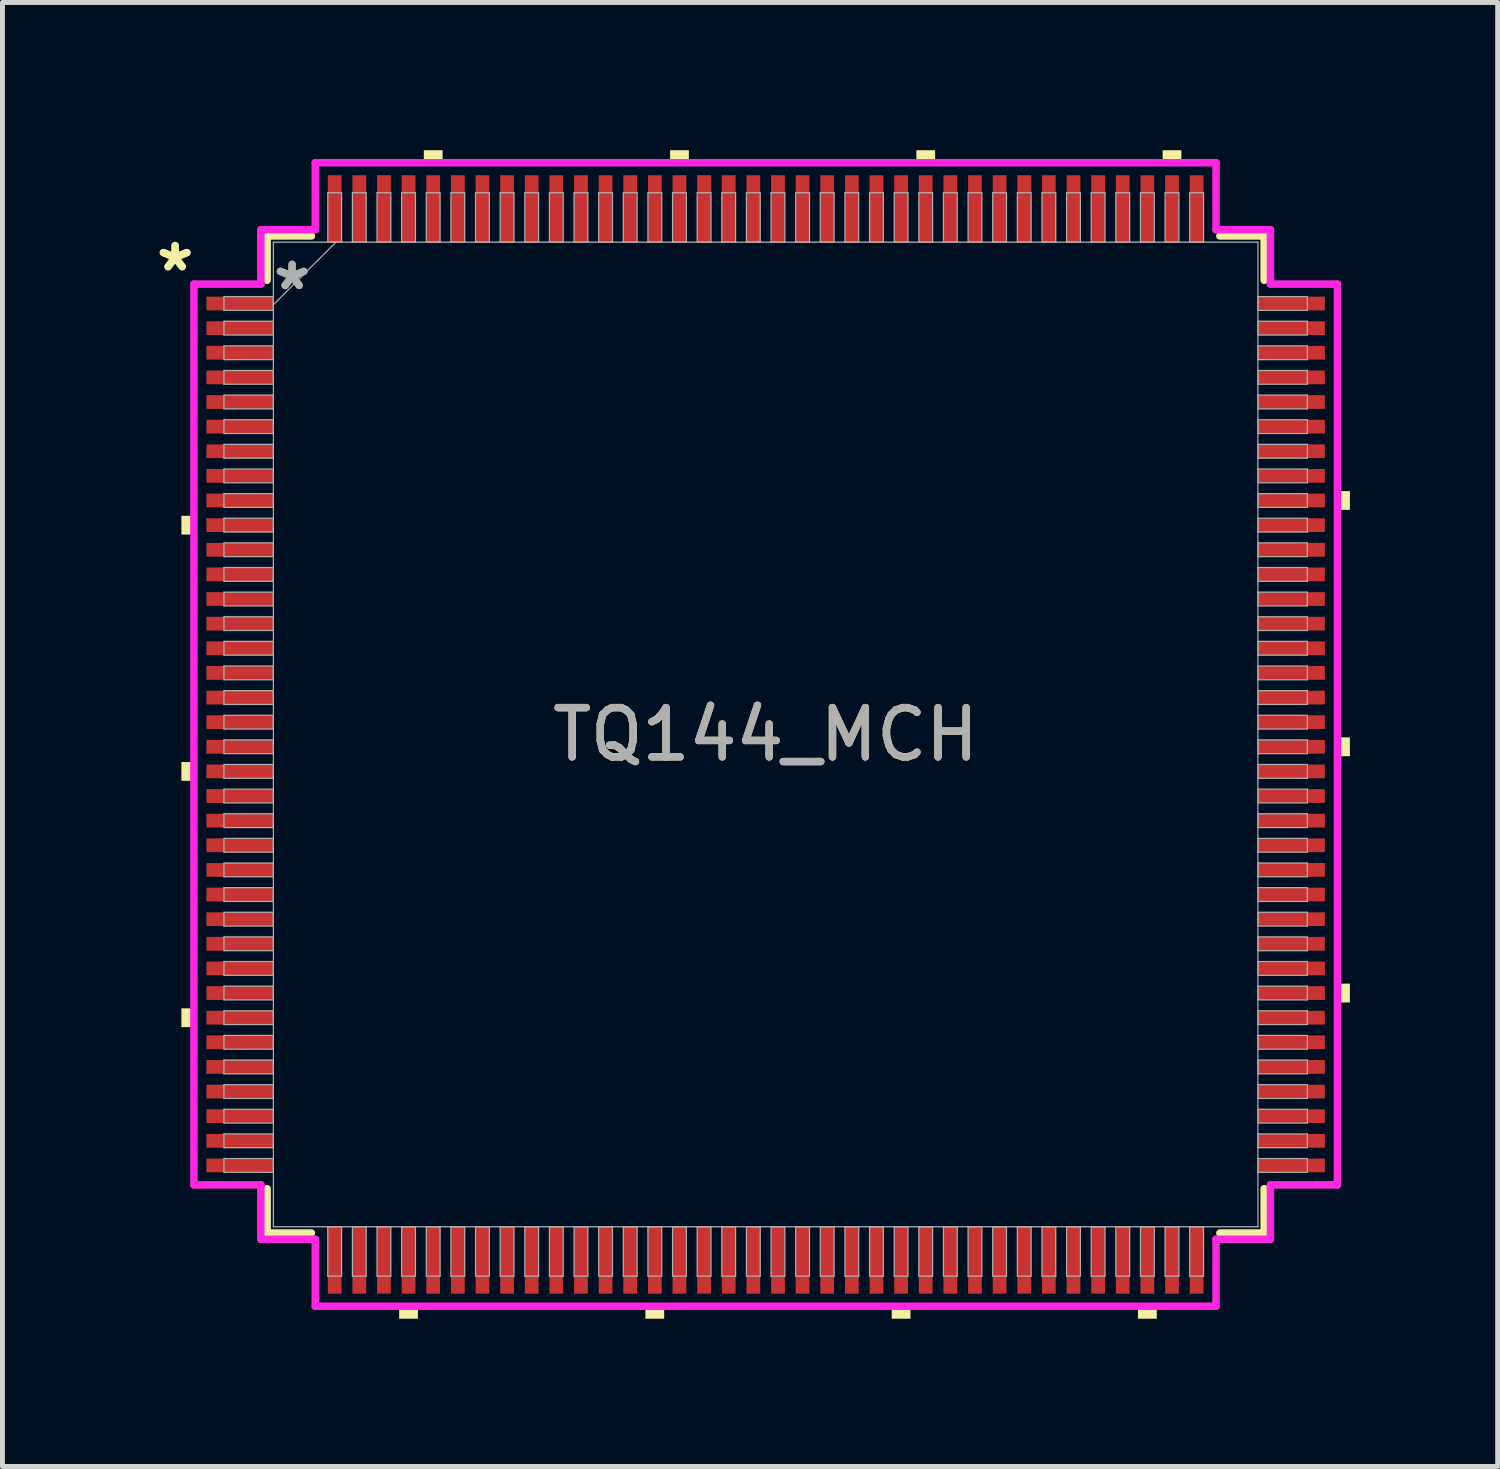
<source format=kicad_pcb>
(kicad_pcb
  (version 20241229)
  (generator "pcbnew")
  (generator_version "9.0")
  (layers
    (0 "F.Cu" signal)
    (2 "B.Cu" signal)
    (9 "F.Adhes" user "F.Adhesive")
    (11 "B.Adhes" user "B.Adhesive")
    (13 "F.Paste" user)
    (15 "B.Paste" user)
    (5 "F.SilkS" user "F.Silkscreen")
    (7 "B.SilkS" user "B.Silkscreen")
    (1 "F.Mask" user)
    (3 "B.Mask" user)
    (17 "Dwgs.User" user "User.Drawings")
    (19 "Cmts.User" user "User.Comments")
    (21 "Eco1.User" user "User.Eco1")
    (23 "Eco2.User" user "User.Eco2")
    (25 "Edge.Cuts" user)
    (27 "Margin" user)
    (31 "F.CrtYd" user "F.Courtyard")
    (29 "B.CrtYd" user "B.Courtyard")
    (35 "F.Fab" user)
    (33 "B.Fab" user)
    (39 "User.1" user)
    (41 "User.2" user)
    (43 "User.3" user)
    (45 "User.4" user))
  (footprint "TQ144_MCH"
    (layer "F.Cu")
    (at 12.495 11.862)
    (property "Reference" "TQ144_MCH" (at 0 0 0) (unlocked yes) (layer "F.SilkS") (effects (font (size 1 1) (thickness 0.15))))
    (attr smd)
    (fp_line (start -10.122 -10.122) (end -10.122 -9.222) (stroke (width 0.152) (type solid)) (layer "F.SilkS"))
    (fp_line (start -10.122 9.222) (end -10.122 10.122) (stroke (width 0.152) (type solid)) (layer "F.SilkS"))
    (fp_line (start -10.122 10.122) (end -9.222 10.122) (stroke (width 0.152) (type solid)) (layer "F.SilkS"))
    (fp_line (start -9.222 -10.122) (end -10.122 -10.122) (stroke (width 0.152) (type solid)) (layer "F.SilkS"))
    (fp_line (start 9.222 10.122) (end 10.122 10.122) (stroke (width 0.152) (type solid)) (layer "F.SilkS"))
    (fp_line (start 10.122 -10.122) (end 9.222 -10.122) (stroke (width 0.152) (type solid)) (layer "F.SilkS"))
    (fp_line (start 10.122 -9.222) (end 10.122 -10.122) (stroke (width 0.152) (type solid)) (layer "F.SilkS"))
    (fp_line (start 10.122 10.122) (end 10.122 9.222) (stroke (width 0.152) (type solid)) (layer "F.SilkS"))
    (fp_poly (pts (xy -11.862 -4.44) (xy -11.862 -4.059) (xy -11.608 -4.059) (xy -11.608 -4.44)) (stroke (width 0) (type solid)) (fill yes) (layer "F.SilkS"))
    (fp_poly (pts (xy -11.862 0.56) (xy -11.862 0.941) (xy -11.608 0.941) (xy -11.608 0.56)) (stroke (width 0) (type solid)) (fill yes) (layer "F.SilkS"))
    (fp_poly (pts (xy -11.862 5.56) (xy -11.862 5.941) (xy -11.608 5.941) (xy -11.608 5.56)) (stroke (width 0) (type solid)) (fill yes) (layer "F.SilkS"))
    (fp_poly (pts (xy -7.441 11.608) (xy -7.441 11.862) (xy -7.06 11.862) (xy -7.06 11.608)) (stroke (width 0) (type solid)) (fill yes) (layer "F.SilkS"))
    (fp_poly (pts (xy -6.94 -11.608) (xy -6.94 -11.862) (xy -6.559 -11.862) (xy -6.559 -11.608)) (stroke (width 0) (type solid)) (fill yes) (layer "F.SilkS"))
    (fp_poly (pts (xy -2.441 11.608) (xy -2.441 11.862) (xy -2.06 11.862) (xy -2.06 11.608)) (stroke (width 0) (type solid)) (fill yes) (layer "F.SilkS"))
    (fp_poly (pts (xy -1.94 -11.608) (xy -1.94 -11.862) (xy -1.559 -11.862) (xy -1.559 -11.608)) (stroke (width 0) (type solid)) (fill yes) (layer "F.SilkS"))
    (fp_poly (pts (xy 2.559 11.608) (xy 2.559 11.862) (xy 2.941 11.862) (xy 2.941 11.608)) (stroke (width 0) (type solid)) (fill yes) (layer "F.SilkS"))
    (fp_poly (pts (xy 3.06 -11.608) (xy 3.06 -11.862) (xy 3.441 -11.862) (xy 3.441 -11.608)) (stroke (width 0) (type solid)) (fill yes) (layer "F.SilkS"))
    (fp_poly (pts (xy 7.559 11.608) (xy 7.559 11.862) (xy 7.941 11.862) (xy 7.941 11.608)) (stroke (width 0) (type solid)) (fill yes) (layer "F.SilkS"))
    (fp_poly (pts (xy 8.06 -11.608) (xy 8.06 -11.862) (xy 8.441 -11.862) (xy 8.441 -11.608)) (stroke (width 0) (type solid)) (fill yes) (layer "F.SilkS"))
    (fp_poly (pts (xy 11.862 -4.941) (xy 11.862 -4.56) (xy 11.608 -4.56) (xy 11.608 -4.941)) (stroke (width 0) (type solid)) (fill yes) (layer "F.SilkS"))
    (fp_poly (pts (xy 11.862 0.059) (xy 11.862 0.441) (xy 11.608 0.441) (xy 11.608 0.059)) (stroke (width 0) (type solid)) (fill yes) (layer "F.SilkS"))
    (fp_poly (pts (xy 11.862 5.059) (xy 11.862 5.441) (xy 11.608 5.441) (xy 11.608 5.059)) (stroke (width 0) (type solid)) (fill yes) (layer "F.SilkS"))
    (fp_line (start -11.608 -9.144) (end -10.249 -9.144) (stroke (width 0.152) (type solid)) (layer "F.CrtYd"))
    (fp_line (start -11.608 9.144) (end -11.608 -9.144) (stroke (width 0.152) (type solid)) (layer "F.CrtYd"))
    (fp_line (start -10.249 -10.249) (end -9.144 -10.249) (stroke (width 0.152) (type solid)) (layer "F.CrtYd"))
    (fp_line (start -10.249 -9.144) (end -10.249 -10.249) (stroke (width 0.152) (type solid)) (layer "F.CrtYd"))
    (fp_line (start -10.249 9.144) (end -11.608 9.144) (stroke (width 0.152) (type solid)) (layer "F.CrtYd"))
    (fp_line (start -10.249 10.249) (end -10.249 9.144) (stroke (width 0.152) (type solid)) (layer "F.CrtYd"))
    (fp_line (start -10.249 10.249) (end -9.144 10.249) (stroke (width 0.152) (type solid)) (layer "F.CrtYd"))
    (fp_line (start -9.144 -11.608) (end 9.144 -11.608) (stroke (width 0.152) (type solid)) (layer "F.CrtYd"))
    (fp_line (start -9.144 -10.249) (end -9.144 -11.608) (stroke (width 0.152) (type solid)) (layer "F.CrtYd"))
    (fp_line (start -9.144 10.249) (end -9.144 11.608) (stroke (width 0.152) (type solid)) (layer "F.CrtYd"))
    (fp_line (start -9.144 11.608) (end 9.144 11.608) (stroke (width 0.152) (type solid)) (layer "F.CrtYd"))
    (fp_line (start 9.144 -11.608) (end 9.144 -10.249) (stroke (width 0.152) (type solid)) (layer "F.CrtYd"))
    (fp_line (start 9.144 -10.249) (end 10.249 -10.249) (stroke (width 0.152) (type solid)) (layer "F.CrtYd"))
    (fp_line (start 9.144 10.249) (end 10.249 10.249) (stroke (width 0.152) (type solid)) (layer "F.CrtYd"))
    (fp_line (start 9.144 11.608) (end 9.144 10.249) (stroke (width 0.152) (type solid)) (layer "F.CrtYd"))
    (fp_line (start 10.249 -9.144) (end 10.249 -10.249) (stroke (width 0.152) (type solid)) (layer "F.CrtYd"))
    (fp_line (start 10.249 9.144) (end 11.608 9.144) (stroke (width 0.152) (type solid)) (layer "F.CrtYd"))
    (fp_line (start 10.249 10.249) (end 10.249 9.144) (stroke (width 0.152) (type solid)) (layer "F.CrtYd"))
    (fp_line (start 11.608 -9.144) (end 10.249 -9.144) (stroke (width 0.152) (type solid)) (layer "F.CrtYd"))
    (fp_line (start 11.608 9.144) (end 11.608 -9.144) (stroke (width 0.152) (type solid)) (layer "F.CrtYd"))
    (fp_line (start -10.998 -8.89) (end -10.998 -8.61) (stroke (width 0.025) (type solid)) (layer "F.Fab"))
    (fp_line (start -10.998 -8.61) (end -9.995 -8.61) (stroke (width 0.025) (type solid)) (layer "F.Fab"))
    (fp_line (start -10.998 -8.39) (end -10.998 -8.11) (stroke (width 0.025) (type solid)) (layer "F.Fab"))
    (fp_line (start -10.998 -8.11) (end -9.995 -8.11) (stroke (width 0.025) (type solid)) (layer "F.Fab"))
    (fp_line (start -10.998 -7.89) (end -10.998 -7.61) (stroke (width 0.025) (type solid)) (layer "F.Fab"))
    (fp_line (start -10.998 -7.61) (end -9.995 -7.61) (stroke (width 0.025) (type solid)) (layer "F.Fab"))
    (fp_line (start -10.998 -7.39) (end -10.998 -7.11) (stroke (width 0.025) (type solid)) (layer "F.Fab"))
    (fp_line (start -10.998 -7.11) (end -9.995 -7.11) (stroke (width 0.025) (type solid)) (layer "F.Fab"))
    (fp_line (start -10.998 -6.89) (end -10.998 -6.61) (stroke (width 0.025) (type solid)) (layer "F.Fab"))
    (fp_line (start -10.998 -6.61) (end -9.995 -6.61) (stroke (width 0.025) (type solid)) (layer "F.Fab"))
    (fp_line (start -10.998 -6.39) (end -10.998 -6.11) (stroke (width 0.025) (type solid)) (layer "F.Fab"))
    (fp_line (start -10.998 -6.11) (end -9.995 -6.11) (stroke (width 0.025) (type solid)) (layer "F.Fab"))
    (fp_line (start -10.998 -5.89) (end -10.998 -5.61) (stroke (width 0.025) (type solid)) (layer "F.Fab"))
    (fp_line (start -10.998 -5.61) (end -9.995 -5.61) (stroke (width 0.025) (type solid)) (layer "F.Fab"))
    (fp_line (start -10.998 -5.39) (end -10.998 -5.11) (stroke (width 0.025) (type solid)) (layer "F.Fab"))
    (fp_line (start -10.998 -5.11) (end -9.995 -5.11) (stroke (width 0.025) (type solid)) (layer "F.Fab"))
    (fp_line (start -10.998 -4.89) (end -10.998 -4.61) (stroke (width 0.025) (type solid)) (layer "F.Fab"))
    (fp_line (start -10.998 -4.61) (end -9.995 -4.61) (stroke (width 0.025) (type solid)) (layer "F.Fab"))
    (fp_line (start -10.998 -4.39) (end -10.998 -4.11) (stroke (width 0.025) (type solid)) (layer "F.Fab"))
    (fp_line (start -10.998 -4.11) (end -9.995 -4.11) (stroke (width 0.025) (type solid)) (layer "F.Fab"))
    (fp_line (start -10.998 -3.89) (end -10.998 -3.61) (stroke (width 0.025) (type solid)) (layer "F.Fab"))
    (fp_line (start -10.998 -3.61) (end -9.995 -3.61) (stroke (width 0.025) (type solid)) (layer "F.Fab"))
    (fp_line (start -10.998 -3.39) (end -10.998 -3.11) (stroke (width 0.025) (type solid)) (layer "F.Fab"))
    (fp_line (start -10.998 -3.11) (end -9.995 -3.11) (stroke (width 0.025) (type solid)) (layer "F.Fab"))
    (fp_line (start -10.998 -2.89) (end -10.998 -2.61) (stroke (width 0.025) (type solid)) (layer "F.Fab"))
    (fp_line (start -10.998 -2.61) (end -9.995 -2.61) (stroke (width 0.025) (type solid)) (layer "F.Fab"))
    (fp_line (start -10.998 -2.39) (end -10.998 -2.11) (stroke (width 0.025) (type solid)) (layer "F.Fab"))
    (fp_line (start -10.998 -2.11) (end -9.995 -2.11) (stroke (width 0.025) (type solid)) (layer "F.Fab"))
    (fp_line (start -10.998 -1.89) (end -10.998 -1.61) (stroke (width 0.025) (type solid)) (layer "F.Fab"))
    (fp_line (start -10.998 -1.61) (end -9.995 -1.61) (stroke (width 0.025) (type solid)) (layer "F.Fab"))
    (fp_line (start -10.998 -1.39) (end -10.998 -1.11) (stroke (width 0.025) (type solid)) (layer "F.Fab"))
    (fp_line (start -10.998 -1.11) (end -9.995 -1.11) (stroke (width 0.025) (type solid)) (layer "F.Fab"))
    (fp_line (start -10.998 -0.89) (end -10.998 -0.61) (stroke (width 0.025) (type solid)) (layer "F.Fab"))
    (fp_line (start -10.998 -0.61) (end -9.995 -0.61) (stroke (width 0.025) (type solid)) (layer "F.Fab"))
    (fp_line (start -10.998 -0.39) (end -10.998 -0.11) (stroke (width 0.025) (type solid)) (layer "F.Fab"))
    (fp_line (start -10.998 -0.11) (end -9.995 -0.11) (stroke (width 0.025) (type solid)) (layer "F.Fab"))
    (fp_line (start -10.998 0.11) (end -10.998 0.39) (stroke (width 0.025) (type solid)) (layer "F.Fab"))
    (fp_line (start -10.998 0.39) (end -9.995 0.39) (stroke (width 0.025) (type solid)) (layer "F.Fab"))
    (fp_line (start -10.998 0.61) (end -10.998 0.89) (stroke (width 0.025) (type solid)) (layer "F.Fab"))
    (fp_line (start -10.998 0.89) (end -9.995 0.89) (stroke (width 0.025) (type solid)) (layer "F.Fab"))
    (fp_line (start -10.998 1.11) (end -10.998 1.39) (stroke (width 0.025) (type solid)) (layer "F.Fab"))
    (fp_line (start -10.998 1.39) (end -9.995 1.39) (stroke (width 0.025) (type solid)) (layer "F.Fab"))
    (fp_line (start -10.998 1.61) (end -10.998 1.89) (stroke (width 0.025) (type solid)) (layer "F.Fab"))
    (fp_line (start -10.998 1.89) (end -9.995 1.89) (stroke (width 0.025) (type solid)) (layer "F.Fab"))
    (fp_line (start -10.998 2.11) (end -10.998 2.39) (stroke (width 0.025) (type solid)) (layer "F.Fab"))
    (fp_line (start -10.998 2.39) (end -9.995 2.39) (stroke (width 0.025) (type solid)) (layer "F.Fab"))
    (fp_line (start -10.998 2.61) (end -10.998 2.89) (stroke (width 0.025) (type solid)) (layer "F.Fab"))
    (fp_line (start -10.998 2.89) (end -9.995 2.89) (stroke (width 0.025) (type solid)) (layer "F.Fab"))
    (fp_line (start -10.998 3.11) (end -10.998 3.39) (stroke (width 0.025) (type solid)) (layer "F.Fab"))
    (fp_line (start -10.998 3.39) (end -9.995 3.39) (stroke (width 0.025) (type solid)) (layer "F.Fab"))
    (fp_line (start -10.998 3.61) (end -10.998 3.89) (stroke (width 0.025) (type solid)) (layer "F.Fab"))
    (fp_line (start -10.998 3.89) (end -9.995 3.89) (stroke (width 0.025) (type solid)) (layer "F.Fab"))
    (fp_line (start -10.998 4.11) (end -10.998 4.39) (stroke (width 0.025) (type solid)) (layer "F.Fab"))
    (fp_line (start -10.998 4.39) (end -9.995 4.39) (stroke (width 0.025) (type solid)) (layer "F.Fab"))
    (fp_line (start -10.998 4.61) (end -10.998 4.89) (stroke (width 0.025) (type solid)) (layer "F.Fab"))
    (fp_line (start -10.998 4.89) (end -9.995 4.89) (stroke (width 0.025) (type solid)) (layer "F.Fab"))
    (fp_line (start -10.998 5.11) (end -10.998 5.39) (stroke (width 0.025) (type solid)) (layer "F.Fab"))
    (fp_line (start -10.998 5.39) (end -9.995 5.39) (stroke (width 0.025) (type solid)) (layer "F.Fab"))
    (fp_line (start -10.998 5.61) (end -10.998 5.89) (stroke (width 0.025) (type solid)) (layer "F.Fab"))
    (fp_line (start -10.998 5.89) (end -9.995 5.89) (stroke (width 0.025) (type solid)) (layer "F.Fab"))
    (fp_line (start -10.998 6.11) (end -10.998 6.39) (stroke (width 0.025) (type solid)) (layer "F.Fab"))
    (fp_line (start -10.998 6.39) (end -9.995 6.39) (stroke (width 0.025) (type solid)) (layer "F.Fab"))
    (fp_line (start -10.998 6.61) (end -10.998 6.89) (stroke (width 0.025) (type solid)) (layer "F.Fab"))
    (fp_line (start -10.998 6.89) (end -9.995 6.89) (stroke (width 0.025) (type solid)) (layer "F.Fab"))
    (fp_line (start -10.998 7.11) (end -10.998 7.39) (stroke (width 0.025) (type solid)) (layer "F.Fab"))
    (fp_line (start -10.998 7.39) (end -9.995 7.39) (stroke (width 0.025) (type solid)) (layer "F.Fab"))
    (fp_line (start -10.998 7.61) (end -10.998 7.89) (stroke (width 0.025) (type solid)) (layer "F.Fab"))
    (fp_line (start -10.998 7.89) (end -9.995 7.89) (stroke (width 0.025) (type solid)) (layer "F.Fab"))
    (fp_line (start -10.998 8.11) (end -10.998 8.39) (stroke (width 0.025) (type solid)) (layer "F.Fab"))
    (fp_line (start -10.998 8.39) (end -9.995 8.39) (stroke (width 0.025) (type solid)) (layer "F.Fab"))
    (fp_line (start -10.998 8.61) (end -10.998 8.89) (stroke (width 0.025) (type solid)) (layer "F.Fab"))
    (fp_line (start -10.998 8.89) (end -9.995 8.89) (stroke (width 0.025) (type solid)) (layer "F.Fab"))
    (fp_line (start -9.995 -9.995) (end -9.995 9.995) (stroke (width 0.025) (type solid)) (layer "F.Fab"))
    (fp_line (start -9.995 -8.89) (end -10.998 -8.89) (stroke (width 0.025) (type solid)) (layer "F.Fab"))
    (fp_line (start -9.995 -8.725) (end -8.725 -9.995) (stroke (width 0.025) (type solid)) (layer "F.Fab"))
    (fp_line (start -9.995 -8.61) (end -9.995 -8.89) (stroke (width 0.025) (type solid)) (layer "F.Fab"))
    (fp_line (start -9.995 -8.39) (end -10.998 -8.39) (stroke (width 0.025) (type solid)) (layer "F.Fab"))
    (fp_line (start -9.995 -8.11) (end -9.995 -8.39) (stroke (width 0.025) (type solid)) (layer "F.Fab"))
    (fp_line (start -9.995 -7.89) (end -10.998 -7.89) (stroke (width 0.025) (type solid)) (layer "F.Fab"))
    (fp_line (start -9.995 -7.61) (end -9.995 -7.89) (stroke (width 0.025) (type solid)) (layer "F.Fab"))
    (fp_line (start -9.995 -7.39) (end -10.998 -7.39) (stroke (width 0.025) (type solid)) (layer "F.Fab"))
    (fp_line (start -9.995 -7.11) (end -9.995 -7.39) (stroke (width 0.025) (type solid)) (layer "F.Fab"))
    (fp_line (start -9.995 -6.89) (end -10.998 -6.89) (stroke (width 0.025) (type solid)) (layer "F.Fab"))
    (fp_line (start -9.995 -6.61) (end -9.995 -6.89) (stroke (width 0.025) (type solid)) (layer "F.Fab"))
    (fp_line (start -9.995 -6.39) (end -10.998 -6.39) (stroke (width 0.025) (type solid)) (layer "F.Fab"))
    (fp_line (start -9.995 -6.11) (end -9.995 -6.39) (stroke (width 0.025) (type solid)) (layer "F.Fab"))
    (fp_line (start -9.995 -5.89) (end -10.998 -5.89) (stroke (width 0.025) (type solid)) (layer "F.Fab"))
    (fp_line (start -9.995 -5.61) (end -9.995 -5.89) (stroke (width 0.025) (type solid)) (layer "F.Fab"))
    (fp_line (start -9.995 -5.39) (end -10.998 -5.39) (stroke (width 0.025) (type solid)) (layer "F.Fab"))
    (fp_line (start -9.995 -5.11) (end -9.995 -5.39) (stroke (width 0.025) (type solid)) (layer "F.Fab"))
    (fp_line (start -9.995 -4.89) (end -10.998 -4.89) (stroke (width 0.025) (type solid)) (layer "F.Fab"))
    (fp_line (start -9.995 -4.61) (end -9.995 -4.89) (stroke (width 0.025) (type solid)) (layer "F.Fab"))
    (fp_line (start -9.995 -4.39) (end -10.998 -4.39) (stroke (width 0.025) (type solid)) (layer "F.Fab"))
    (fp_line (start -9.995 -4.11) (end -9.995 -4.39) (stroke (width 0.025) (type solid)) (layer "F.Fab"))
    (fp_line (start -9.995 -3.89) (end -10.998 -3.89) (stroke (width 0.025) (type solid)) (layer "F.Fab"))
    (fp_line (start -9.995 -3.61) (end -9.995 -3.89) (stroke (width 0.025) (type solid)) (layer "F.Fab"))
    (fp_line (start -9.995 -3.39) (end -10.998 -3.39) (stroke (width 0.025) (type solid)) (layer "F.Fab"))
    (fp_line (start -9.995 -3.11) (end -9.995 -3.39) (stroke (width 0.025) (type solid)) (layer "F.Fab"))
    (fp_line (start -9.995 -2.89) (end -10.998 -2.89) (stroke (width 0.025) (type solid)) (layer "F.Fab"))
    (fp_line (start -9.995 -2.61) (end -9.995 -2.89) (stroke (width 0.025) (type solid)) (layer "F.Fab"))
    (fp_line (start -9.995 -2.39) (end -10.998 -2.39) (stroke (width 0.025) (type solid)) (layer "F.Fab"))
    (fp_line (start -9.995 -2.11) (end -9.995 -2.39) (stroke (width 0.025) (type solid)) (layer "F.Fab"))
    (fp_line (start -9.995 -1.89) (end -10.998 -1.89) (stroke (width 0.025) (type solid)) (layer "F.Fab"))
    (fp_line (start -9.995 -1.61) (end -9.995 -1.89) (stroke (width 0.025) (type solid)) (layer "F.Fab"))
    (fp_line (start -9.995 -1.39) (end -10.998 -1.39) (stroke (width 0.025) (type solid)) (layer "F.Fab"))
    (fp_line (start -9.995 -1.11) (end -9.995 -1.39) (stroke (width 0.025) (type solid)) (layer "F.Fab"))
    (fp_line (start -9.995 -0.89) (end -10.998 -0.89) (stroke (width 0.025) (type solid)) (layer "F.Fab"))
    (fp_line (start -9.995 -0.61) (end -9.995 -0.89) (stroke (width 0.025) (type solid)) (layer "F.Fab"))
    (fp_line (start -9.995 -0.39) (end -10.998 -0.39) (stroke (width 0.025) (type solid)) (layer "F.Fab"))
    (fp_line (start -9.995 -0.11) (end -9.995 -0.39) (stroke (width 0.025) (type solid)) (layer "F.Fab"))
    (fp_line (start -9.995 0.11) (end -10.998 0.11) (stroke (width 0.025) (type solid)) (layer "F.Fab"))
    (fp_line (start -9.995 0.39) (end -9.995 0.11) (stroke (width 0.025) (type solid)) (layer "F.Fab"))
    (fp_line (start -9.995 0.61) (end -10.998 0.61) (stroke (width 0.025) (type solid)) (layer "F.Fab"))
    (fp_line (start -9.995 0.89) (end -9.995 0.61) (stroke (width 0.025) (type solid)) (layer "F.Fab"))
    (fp_line (start -9.995 1.11) (end -10.998 1.11) (stroke (width 0.025) (type solid)) (layer "F.Fab"))
    (fp_line (start -9.995 1.39) (end -9.995 1.11) (stroke (width 0.025) (type solid)) (layer "F.Fab"))
    (fp_line (start -9.995 1.61) (end -10.998 1.61) (stroke (width 0.025) (type solid)) (layer "F.Fab"))
    (fp_line (start -9.995 1.89) (end -9.995 1.61) (stroke (width 0.025) (type solid)) (layer "F.Fab"))
    (fp_line (start -9.995 2.11) (end -10.998 2.11) (stroke (width 0.025) (type solid)) (layer "F.Fab"))
    (fp_line (start -9.995 2.39) (end -9.995 2.11) (stroke (width 0.025) (type solid)) (layer "F.Fab"))
    (fp_line (start -9.995 2.61) (end -10.998 2.61) (stroke (width 0.025) (type solid)) (layer "F.Fab"))
    (fp_line (start -9.995 2.89) (end -9.995 2.61) (stroke (width 0.025) (type solid)) (layer "F.Fab"))
    (fp_line (start -9.995 3.11) (end -10.998 3.11) (stroke (width 0.025) (type solid)) (layer "F.Fab"))
    (fp_line (start -9.995 3.39) (end -9.995 3.11) (stroke (width 0.025) (type solid)) (layer "F.Fab"))
    (fp_line (start -9.995 3.61) (end -10.998 3.61) (stroke (width 0.025) (type solid)) (layer "F.Fab"))
    (fp_line (start -9.995 3.89) (end -9.995 3.61) (stroke (width 0.025) (type solid)) (layer "F.Fab"))
    (fp_line (start -9.995 4.11) (end -10.998 4.11) (stroke (width 0.025) (type solid)) (layer "F.Fab"))
    (fp_line (start -9.995 4.39) (end -9.995 4.11) (stroke (width 0.025) (type solid)) (layer "F.Fab"))
    (fp_line (start -9.995 4.61) (end -10.998 4.61) (stroke (width 0.025) (type solid)) (layer "F.Fab"))
    (fp_line (start -9.995 4.89) (end -9.995 4.61) (stroke (width 0.025) (type solid)) (layer "F.Fab"))
    (fp_line (start -9.995 5.11) (end -10.998 5.11) (stroke (width 0.025) (type solid)) (layer "F.Fab"))
    (fp_line (start -9.995 5.39) (end -9.995 5.11) (stroke (width 0.025) (type solid)) (layer "F.Fab"))
    (fp_line (start -9.995 5.61) (end -10.998 5.61) (stroke (width 0.025) (type solid)) (layer "F.Fab"))
    (fp_line (start -9.995 5.89) (end -9.995 5.61) (stroke (width 0.025) (type solid)) (layer "F.Fab"))
    (fp_line (start -9.995 6.11) (end -10.998 6.11) (stroke (width 0.025) (type solid)) (layer "F.Fab"))
    (fp_line (start -9.995 6.39) (end -9.995 6.11) (stroke (width 0.025) (type solid)) (layer "F.Fab"))
    (fp_line (start -9.995 6.61) (end -10.998 6.61) (stroke (width 0.025) (type solid)) (layer "F.Fab"))
    (fp_line (start -9.995 6.89) (end -9.995 6.61) (stroke (width 0.025) (type solid)) (layer "F.Fab"))
    (fp_line (start -9.995 7.11) (end -10.998 7.11) (stroke (width 0.025) (type solid)) (layer "F.Fab"))
    (fp_line (start -9.995 7.39) (end -9.995 7.11) (stroke (width 0.025) (type solid)) (layer "F.Fab"))
    (fp_line (start -9.995 7.61) (end -10.998 7.61) (stroke (width 0.025) (type solid)) (layer "F.Fab"))
    (fp_line (start -9.995 7.89) (end -9.995 7.61) (stroke (width 0.025) (type solid)) (layer "F.Fab"))
    (fp_line (start -9.995 8.11) (end -10.998 8.11) (stroke (width 0.025) (type solid)) (layer "F.Fab"))
    (fp_line (start -9.995 8.39) (end -9.995 8.11) (stroke (width 0.025) (type solid)) (layer "F.Fab"))
    (fp_line (start -9.995 8.61) (end -10.998 8.61) (stroke (width 0.025) (type solid)) (layer "F.Fab"))
    (fp_line (start -9.995 8.89) (end -9.995 8.61) (stroke (width 0.025) (type solid)) (layer "F.Fab"))
    (fp_line (start -9.995 9.995) (end 9.995 9.995) (stroke (width 0.025) (type solid)) (layer "F.Fab"))
    (fp_line (start -8.89 -10.998) (end -8.89 -9.995) (stroke (width 0.025) (type solid)) (layer "F.Fab"))
    (fp_line (start -8.89 -9.995) (end -8.61 -9.995) (stroke (width 0.025) (type solid)) (layer "F.Fab"))
    (fp_line (start -8.89 9.995) (end -8.89 10.998) (stroke (width 0.025) (type solid)) (layer "F.Fab"))
    (fp_line (start -8.89 10.998) (end -8.61 10.998) (stroke (width 0.025) (type solid)) (layer "F.Fab"))
    (fp_line (start -8.61 -10.998) (end -8.89 -10.998) (stroke (width 0.025) (type solid)) (layer "F.Fab"))
    (fp_line (start -8.61 -9.995) (end -8.61 -10.998) (stroke (width 0.025) (type solid)) (layer "F.Fab"))
    (fp_line (start -8.61 9.995) (end -8.89 9.995) (stroke (width 0.025) (type solid)) (layer "F.Fab"))
    (fp_line (start -8.61 10.998) (end -8.61 9.995) (stroke (width 0.025) (type solid)) (layer "F.Fab"))
    (fp_line (start -8.39 -10.998) (end -8.39 -9.995) (stroke (width 0.025) (type solid)) (layer "F.Fab"))
    (fp_line (start -8.39 -9.995) (end -8.11 -9.995) (stroke (width 0.025) (type solid)) (layer "F.Fab"))
    (fp_line (start -8.39 9.995) (end -8.39 10.998) (stroke (width 0.025) (type solid)) (layer "F.Fab"))
    (fp_line (start -8.39 10.998) (end -8.11 10.998) (stroke (width 0.025) (type solid)) (layer "F.Fab"))
    (fp_line (start -8.11 -10.998) (end -8.39 -10.998) (stroke (width 0.025) (type solid)) (layer "F.Fab"))
    (fp_line (start -8.11 -9.995) (end -8.11 -10.998) (stroke (width 0.025) (type solid)) (layer "F.Fab"))
    (fp_line (start -8.11 9.995) (end -8.39 9.995) (stroke (width 0.025) (type solid)) (layer "F.Fab"))
    (fp_line (start -8.11 10.998) (end -8.11 9.995) (stroke (width 0.025) (type solid)) (layer "F.Fab"))
    (fp_line (start -7.89 -10.998) (end -7.89 -9.995) (stroke (width 0.025) (type solid)) (layer "F.Fab"))
    (fp_line (start -7.89 -9.995) (end -7.61 -9.995) (stroke (width 0.025) (type solid)) (layer "F.Fab"))
    (fp_line (start -7.89 9.995) (end -7.89 10.998) (stroke (width 0.025) (type solid)) (layer "F.Fab"))
    (fp_line (start -7.89 10.998) (end -7.61 10.998) (stroke (width 0.025) (type solid)) (layer "F.Fab"))
    (fp_line (start -7.61 -10.998) (end -7.89 -10.998) (stroke (width 0.025) (type solid)) (layer "F.Fab"))
    (fp_line (start -7.61 -9.995) (end -7.61 -10.998) (stroke (width 0.025) (type solid)) (layer "F.Fab"))
    (fp_line (start -7.61 9.995) (end -7.89 9.995) (stroke (width 0.025) (type solid)) (layer "F.Fab"))
    (fp_line (start -7.61 10.998) (end -7.61 9.995) (stroke (width 0.025) (type solid)) (layer "F.Fab"))
    (fp_line (start -7.39 -10.998) (end -7.39 -9.995) (stroke (width 0.025) (type solid)) (layer "F.Fab"))
    (fp_line (start -7.39 -9.995) (end -7.11 -9.995) (stroke (width 0.025) (type solid)) (layer "F.Fab"))
    (fp_line (start -7.39 9.995) (end -7.39 10.998) (stroke (width 0.025) (type solid)) (layer "F.Fab"))
    (fp_line (start -7.39 10.998) (end -7.11 10.998) (stroke (width 0.025) (type solid)) (layer "F.Fab"))
    (fp_line (start -7.11 -10.998) (end -7.39 -10.998) (stroke (width 0.025) (type solid)) (layer "F.Fab"))
    (fp_line (start -7.11 -9.995) (end -7.11 -10.998) (stroke (width 0.025) (type solid)) (layer "F.Fab"))
    (fp_line (start -7.11 9.995) (end -7.39 9.995) (stroke (width 0.025) (type solid)) (layer "F.Fab"))
    (fp_line (start -7.11 10.998) (end -7.11 9.995) (stroke (width 0.025) (type solid)) (layer "F.Fab"))
    (fp_line (start -6.89 -10.998) (end -6.89 -9.995) (stroke (width 0.025) (type solid)) (layer "F.Fab"))
    (fp_line (start -6.89 -9.995) (end -6.61 -9.995) (stroke (width 0.025) (type solid)) (layer "F.Fab"))
    (fp_line (start -6.89 9.995) (end -6.89 10.998) (stroke (width 0.025) (type solid)) (layer "F.Fab"))
    (fp_line (start -6.89 10.998) (end -6.61 10.998) (stroke (width 0.025) (type solid)) (layer "F.Fab"))
    (fp_line (start -6.61 -10.998) (end -6.89 -10.998) (stroke (width 0.025) (type solid)) (layer "F.Fab"))
    (fp_line (start -6.61 -9.995) (end -6.61 -10.998) (stroke (width 0.025) (type solid)) (layer "F.Fab"))
    (fp_line (start -6.61 9.995) (end -6.89 9.995) (stroke (width 0.025) (type solid)) (layer "F.Fab"))
    (fp_line (start -6.61 10.998) (end -6.61 9.995) (stroke (width 0.025) (type solid)) (layer "F.Fab"))
    (fp_line (start -6.39 -10.998) (end -6.39 -9.995) (stroke (width 0.025) (type solid)) (layer "F.Fab"))
    (fp_line (start -6.39 -9.995) (end -6.11 -9.995) (stroke (width 0.025) (type solid)) (layer "F.Fab"))
    (fp_line (start -6.39 9.995) (end -6.39 10.998) (stroke (width 0.025) (type solid)) (layer "F.Fab"))
    (fp_line (start -6.39 10.998) (end -6.11 10.998) (stroke (width 0.025) (type solid)) (layer "F.Fab"))
    (fp_line (start -6.11 -10.998) (end -6.39 -10.998) (stroke (width 0.025) (type solid)) (layer "F.Fab"))
    (fp_line (start -6.11 -9.995) (end -6.11 -10.998) (stroke (width 0.025) (type solid)) (layer "F.Fab"))
    (fp_line (start -6.11 9.995) (end -6.39 9.995) (stroke (width 0.025) (type solid)) (layer "F.Fab"))
    (fp_line (start -6.11 10.998) (end -6.11 9.995) (stroke (width 0.025) (type solid)) (layer "F.Fab"))
    (fp_line (start -5.89 -10.998) (end -5.89 -9.995) (stroke (width 0.025) (type solid)) (layer "F.Fab"))
    (fp_line (start -5.89 -9.995) (end -5.61 -9.995) (stroke (width 0.025) (type solid)) (layer "F.Fab"))
    (fp_line (start -5.89 9.995) (end -5.89 10.998) (stroke (width 0.025) (type solid)) (layer "F.Fab"))
    (fp_line (start -5.89 10.998) (end -5.61 10.998) (stroke (width 0.025) (type solid)) (layer "F.Fab"))
    (fp_line (start -5.61 -10.998) (end -5.89 -10.998) (stroke (width 0.025) (type solid)) (layer "F.Fab"))
    (fp_line (start -5.61 -9.995) (end -5.61 -10.998) (stroke (width 0.025) (type solid)) (layer "F.Fab"))
    (fp_line (start -5.61 9.995) (end -5.89 9.995) (stroke (width 0.025) (type solid)) (layer "F.Fab"))
    (fp_line (start -5.61 10.998) (end -5.61 9.995) (stroke (width 0.025) (type solid)) (layer "F.Fab"))
    (fp_line (start -5.39 -10.998) (end -5.39 -9.995) (stroke (width 0.025) (type solid)) (layer "F.Fab"))
    (fp_line (start -5.39 -9.995) (end -5.11 -9.995) (stroke (width 0.025) (type solid)) (layer "F.Fab"))
    (fp_line (start -5.39 9.995) (end -5.39 10.998) (stroke (width 0.025) (type solid)) (layer "F.Fab"))
    (fp_line (start -5.39 10.998) (end -5.11 10.998) (stroke (width 0.025) (type solid)) (layer "F.Fab"))
    (fp_line (start -5.11 -10.998) (end -5.39 -10.998) (stroke (width 0.025) (type solid)) (layer "F.Fab"))
    (fp_line (start -5.11 -9.995) (end -5.11 -10.998) (stroke (width 0.025) (type solid)) (layer "F.Fab"))
    (fp_line (start -5.11 9.995) (end -5.39 9.995) (stroke (width 0.025) (type solid)) (layer "F.Fab"))
    (fp_line (start -5.11 10.998) (end -5.11 9.995) (stroke (width 0.025) (type solid)) (layer "F.Fab"))
    (fp_line (start -4.89 -10.998) (end -4.89 -9.995) (stroke (width 0.025) (type solid)) (layer "F.Fab"))
    (fp_line (start -4.89 -9.995) (end -4.61 -9.995) (stroke (width 0.025) (type solid)) (layer "F.Fab"))
    (fp_line (start -4.89 9.995) (end -4.89 10.998) (stroke (width 0.025) (type solid)) (layer "F.Fab"))
    (fp_line (start -4.89 10.998) (end -4.61 10.998) (stroke (width 0.025) (type solid)) (layer "F.Fab"))
    (fp_line (start -4.61 -10.998) (end -4.89 -10.998) (stroke (width 0.025) (type solid)) (layer "F.Fab"))
    (fp_line (start -4.61 -9.995) (end -4.61 -10.998) (stroke (width 0.025) (type solid)) (layer "F.Fab"))
    (fp_line (start -4.61 9.995) (end -4.89 9.995) (stroke (width 0.025) (type solid)) (layer "F.Fab"))
    (fp_line (start -4.61 10.998) (end -4.61 9.995) (stroke (width 0.025) (type solid)) (layer "F.Fab"))
    (fp_line (start -4.39 -10.998) (end -4.39 -9.995) (stroke (width 0.025) (type solid)) (layer "F.Fab"))
    (fp_line (start -4.39 -9.995) (end -4.11 -9.995) (stroke (width 0.025) (type solid)) (layer "F.Fab"))
    (fp_line (start -4.39 9.995) (end -4.39 10.998) (stroke (width 0.025) (type solid)) (layer "F.Fab"))
    (fp_line (start -4.39 10.998) (end -4.11 10.998) (stroke (width 0.025) (type solid)) (layer "F.Fab"))
    (fp_line (start -4.11 -10.998) (end -4.39 -10.998) (stroke (width 0.025) (type solid)) (layer "F.Fab"))
    (fp_line (start -4.11 -9.995) (end -4.11 -10.998) (stroke (width 0.025) (type solid)) (layer "F.Fab"))
    (fp_line (start -4.11 9.995) (end -4.39 9.995) (stroke (width 0.025) (type solid)) (layer "F.Fab"))
    (fp_line (start -4.11 10.998) (end -4.11 9.995) (stroke (width 0.025) (type solid)) (layer "F.Fab"))
    (fp_line (start -3.89 -10.998) (end -3.89 -9.995) (stroke (width 0.025) (type solid)) (layer "F.Fab"))
    (fp_line (start -3.89 -9.995) (end -3.61 -9.995) (stroke (width 0.025) (type solid)) (layer "F.Fab"))
    (fp_line (start -3.89 9.995) (end -3.89 10.998) (stroke (width 0.025) (type solid)) (layer "F.Fab"))
    (fp_line (start -3.89 10.998) (end -3.61 10.998) (stroke (width 0.025) (type solid)) (layer "F.Fab"))
    (fp_line (start -3.61 -10.998) (end -3.89 -10.998) (stroke (width 0.025) (type solid)) (layer "F.Fab"))
    (fp_line (start -3.61 -9.995) (end -3.61 -10.998) (stroke (width 0.025) (type solid)) (layer "F.Fab"))
    (fp_line (start -3.61 9.995) (end -3.89 9.995) (stroke (width 0.025) (type solid)) (layer "F.Fab"))
    (fp_line (start -3.61 10.998) (end -3.61 9.995) (stroke (width 0.025) (type solid)) (layer "F.Fab"))
    (fp_line (start -3.39 -10.998) (end -3.39 -9.995) (stroke (width 0.025) (type solid)) (layer "F.Fab"))
    (fp_line (start -3.39 -9.995) (end -3.11 -9.995) (stroke (width 0.025) (type solid)) (layer "F.Fab"))
    (fp_line (start -3.39 9.995) (end -3.39 10.998) (stroke (width 0.025) (type solid)) (layer "F.Fab"))
    (fp_line (start -3.39 10.998) (end -3.11 10.998) (stroke (width 0.025) (type solid)) (layer "F.Fab"))
    (fp_line (start -3.11 -10.998) (end -3.39 -10.998) (stroke (width 0.025) (type solid)) (layer "F.Fab"))
    (fp_line (start -3.11 -9.995) (end -3.11 -10.998) (stroke (width 0.025) (type solid)) (layer "F.Fab"))
    (fp_line (start -3.11 9.995) (end -3.39 9.995) (stroke (width 0.025) (type solid)) (layer "F.Fab"))
    (fp_line (start -3.11 10.998) (end -3.11 9.995) (stroke (width 0.025) (type solid)) (layer "F.Fab"))
    (fp_line (start -2.89 -10.998) (end -2.89 -9.995) (stroke (width 0.025) (type solid)) (layer "F.Fab"))
    (fp_line (start -2.89 -9.995) (end -2.61 -9.995) (stroke (width 0.025) (type solid)) (layer "F.Fab"))
    (fp_line (start -2.89 9.995) (end -2.89 10.998) (stroke (width 0.025) (type solid)) (layer "F.Fab"))
    (fp_line (start -2.89 10.998) (end -2.61 10.998) (stroke (width 0.025) (type solid)) (layer "F.Fab"))
    (fp_line (start -2.61 -10.998) (end -2.89 -10.998) (stroke (width 0.025) (type solid)) (layer "F.Fab"))
    (fp_line (start -2.61 -9.995) (end -2.61 -10.998) (stroke (width 0.025) (type solid)) (layer "F.Fab"))
    (fp_line (start -2.61 9.995) (end -2.89 9.995) (stroke (width 0.025) (type solid)) (layer "F.Fab"))
    (fp_line (start -2.61 10.998) (end -2.61 9.995) (stroke (width 0.025) (type solid)) (layer "F.Fab"))
    (fp_line (start -2.39 -10.998) (end -2.39 -9.995) (stroke (width 0.025) (type solid)) (layer "F.Fab"))
    (fp_line (start -2.39 -9.995) (end -2.11 -9.995) (stroke (width 0.025) (type solid)) (layer "F.Fab"))
    (fp_line (start -2.39 9.995) (end -2.39 10.998) (stroke (width 0.025) (type solid)) (layer "F.Fab"))
    (fp_line (start -2.39 10.998) (end -2.11 10.998) (stroke (width 0.025) (type solid)) (layer "F.Fab"))
    (fp_line (start -2.11 -10.998) (end -2.39 -10.998) (stroke (width 0.025) (type solid)) (layer "F.Fab"))
    (fp_line (start -2.11 -9.995) (end -2.11 -10.998) (stroke (width 0.025) (type solid)) (layer "F.Fab"))
    (fp_line (start -2.11 9.995) (end -2.39 9.995) (stroke (width 0.025) (type solid)) (layer "F.Fab"))
    (fp_line (start -2.11 10.998) (end -2.11 9.995) (stroke (width 0.025) (type solid)) (layer "F.Fab"))
    (fp_line (start -1.89 -10.998) (end -1.89 -9.995) (stroke (width 0.025) (type solid)) (layer "F.Fab"))
    (fp_line (start -1.89 -9.995) (end -1.61 -9.995) (stroke (width 0.025) (type solid)) (layer "F.Fab"))
    (fp_line (start -1.89 9.995) (end -1.89 10.998) (stroke (width 0.025) (type solid)) (layer "F.Fab"))
    (fp_line (start -1.89 10.998) (end -1.61 10.998) (stroke (width 0.025) (type solid)) (layer "F.Fab"))
    (fp_line (start -1.61 -10.998) (end -1.89 -10.998) (stroke (width 0.025) (type solid)) (layer "F.Fab"))
    (fp_line (start -1.61 -9.995) (end -1.61 -10.998) (stroke (width 0.025) (type solid)) (layer "F.Fab"))
    (fp_line (start -1.61 9.995) (end -1.89 9.995) (stroke (width 0.025) (type solid)) (layer "F.Fab"))
    (fp_line (start -1.61 10.998) (end -1.61 9.995) (stroke (width 0.025) (type solid)) (layer "F.Fab"))
    (fp_line (start -1.39 -10.998) (end -1.39 -9.995) (stroke (width 0.025) (type solid)) (layer "F.Fab"))
    (fp_line (start -1.39 -9.995) (end -1.11 -9.995) (stroke (width 0.025) (type solid)) (layer "F.Fab"))
    (fp_line (start -1.39 9.995) (end -1.39 10.998) (stroke (width 0.025) (type solid)) (layer "F.Fab"))
    (fp_line (start -1.39 10.998) (end -1.11 10.998) (stroke (width 0.025) (type solid)) (layer "F.Fab"))
    (fp_line (start -1.11 -10.998) (end -1.39 -10.998) (stroke (width 0.025) (type solid)) (layer "F.Fab"))
    (fp_line (start -1.11 -9.995) (end -1.11 -10.998) (stroke (width 0.025) (type solid)) (layer "F.Fab"))
    (fp_line (start -1.11 9.995) (end -1.39 9.995) (stroke (width 0.025) (type solid)) (layer "F.Fab"))
    (fp_line (start -1.11 10.998) (end -1.11 9.995) (stroke (width 0.025) (type solid)) (layer "F.Fab"))
    (fp_line (start -0.89 -10.998) (end -0.89 -9.995) (stroke (width 0.025) (type solid)) (layer "F.Fab"))
    (fp_line (start -0.89 -9.995) (end -0.61 -9.995) (stroke (width 0.025) (type solid)) (layer "F.Fab"))
    (fp_line (start -0.89 9.995) (end -0.89 10.998) (stroke (width 0.025) (type solid)) (layer "F.Fab"))
    (fp_line (start -0.89 10.998) (end -0.61 10.998) (stroke (width 0.025) (type solid)) (layer "F.Fab"))
    (fp_line (start -0.61 -10.998) (end -0.89 -10.998) (stroke (width 0.025) (type solid)) (layer "F.Fab"))
    (fp_line (start -0.61 -9.995) (end -0.61 -10.998) (stroke (width 0.025) (type solid)) (layer "F.Fab"))
    (fp_line (start -0.61 9.995) (end -0.89 9.995) (stroke (width 0.025) (type solid)) (layer "F.Fab"))
    (fp_line (start -0.61 10.998) (end -0.61 9.995) (stroke (width 0.025) (type solid)) (layer "F.Fab"))
    (fp_line (start -0.39 -10.998) (end -0.39 -9.995) (stroke (width 0.025) (type solid)) (layer "F.Fab"))
    (fp_line (start -0.39 -9.995) (end -0.11 -9.995) (stroke (width 0.025) (type solid)) (layer "F.Fab"))
    (fp_line (start -0.39 9.995) (end -0.39 10.998) (stroke (width 0.025) (type solid)) (layer "F.Fab"))
    (fp_line (start -0.39 10.998) (end -0.11 10.998) (stroke (width 0.025) (type solid)) (layer "F.Fab"))
    (fp_line (start -0.11 -10.998) (end -0.39 -10.998) (stroke (width 0.025) (type solid)) (layer "F.Fab"))
    (fp_line (start -0.11 -9.995) (end -0.11 -10.998) (stroke (width 0.025) (type solid)) (layer "F.Fab"))
    (fp_line (start -0.11 9.995) (end -0.39 9.995) (stroke (width 0.025) (type solid)) (layer "F.Fab"))
    (fp_line (start -0.11 10.998) (end -0.11 9.995) (stroke (width 0.025) (type solid)) (layer "F.Fab"))
    (fp_line (start 0.11 -10.998) (end 0.11 -9.995) (stroke (width 0.025) (type solid)) (layer "F.Fab"))
    (fp_line (start 0.11 -9.995) (end 0.39 -9.995) (stroke (width 0.025) (type solid)) (layer "F.Fab"))
    (fp_line (start 0.11 9.995) (end 0.11 10.998) (stroke (width 0.025) (type solid)) (layer "F.Fab"))
    (fp_line (start 0.11 10.998) (end 0.39 10.998) (stroke (width 0.025) (type solid)) (layer "F.Fab"))
    (fp_line (start 0.39 -10.998) (end 0.11 -10.998) (stroke (width 0.025) (type solid)) (layer "F.Fab"))
    (fp_line (start 0.39 -9.995) (end 0.39 -10.998) (stroke (width 0.025) (type solid)) (layer "F.Fab"))
    (fp_line (start 0.39 9.995) (end 0.11 9.995) (stroke (width 0.025) (type solid)) (layer "F.Fab"))
    (fp_line (start 0.39 10.998) (end 0.39 9.995) (stroke (width 0.025) (type solid)) (layer "F.Fab"))
    (fp_line (start 0.61 -10.998) (end 0.61 -9.995) (stroke (width 0.025) (type solid)) (layer "F.Fab"))
    (fp_line (start 0.61 -9.995) (end 0.89 -9.995) (stroke (width 0.025) (type solid)) (layer "F.Fab"))
    (fp_line (start 0.61 9.995) (end 0.61 10.998) (stroke (width 0.025) (type solid)) (layer "F.Fab"))
    (fp_line (start 0.61 10.998) (end 0.89 10.998) (stroke (width 0.025) (type solid)) (layer "F.Fab"))
    (fp_line (start 0.89 -10.998) (end 0.61 -10.998) (stroke (width 0.025) (type solid)) (layer "F.Fab"))
    (fp_line (start 0.89 -9.995) (end 0.89 -10.998) (stroke (width 0.025) (type solid)) (layer "F.Fab"))
    (fp_line (start 0.89 9.995) (end 0.61 9.995) (stroke (width 0.025) (type solid)) (layer "F.Fab"))
    (fp_line (start 0.89 10.998) (end 0.89 9.995) (stroke (width 0.025) (type solid)) (layer "F.Fab"))
    (fp_line (start 1.11 -10.998) (end 1.11 -9.995) (stroke (width 0.025) (type solid)) (layer "F.Fab"))
    (fp_line (start 1.11 -9.995) (end 1.39 -9.995) (stroke (width 0.025) (type solid)) (layer "F.Fab"))
    (fp_line (start 1.11 9.995) (end 1.11 10.998) (stroke (width 0.025) (type solid)) (layer "F.Fab"))
    (fp_line (start 1.11 10.998) (end 1.39 10.998) (stroke (width 0.025) (type solid)) (layer "F.Fab"))
    (fp_line (start 1.39 -10.998) (end 1.11 -10.998) (stroke (width 0.025) (type solid)) (layer "F.Fab"))
    (fp_line (start 1.39 -9.995) (end 1.39 -10.998) (stroke (width 0.025) (type solid)) (layer "F.Fab"))
    (fp_line (start 1.39 9.995) (end 1.11 9.995) (stroke (width 0.025) (type solid)) (layer "F.Fab"))
    (fp_line (start 1.39 10.998) (end 1.39 9.995) (stroke (width 0.025) (type solid)) (layer "F.Fab"))
    (fp_line (start 1.61 -10.998) (end 1.61 -9.995) (stroke (width 0.025) (type solid)) (layer "F.Fab"))
    (fp_line (start 1.61 -9.995) (end 1.89 -9.995) (stroke (width 0.025) (type solid)) (layer "F.Fab"))
    (fp_line (start 1.61 9.995) (end 1.61 10.998) (stroke (width 0.025) (type solid)) (layer "F.Fab"))
    (fp_line (start 1.61 10.998) (end 1.89 10.998) (stroke (width 0.025) (type solid)) (layer "F.Fab"))
    (fp_line (start 1.89 -10.998) (end 1.61 -10.998) (stroke (width 0.025) (type solid)) (layer "F.Fab"))
    (fp_line (start 1.89 -9.995) (end 1.89 -10.998) (stroke (width 0.025) (type solid)) (layer "F.Fab"))
    (fp_line (start 1.89 9.995) (end 1.61 9.995) (stroke (width 0.025) (type solid)) (layer "F.Fab"))
    (fp_line (start 1.89 10.998) (end 1.89 9.995) (stroke (width 0.025) (type solid)) (layer "F.Fab"))
    (fp_line (start 2.11 -10.998) (end 2.11 -9.995) (stroke (width 0.025) (type solid)) (layer "F.Fab"))
    (fp_line (start 2.11 -9.995) (end 2.39 -9.995) (stroke (width 0.025) (type solid)) (layer "F.Fab"))
    (fp_line (start 2.11 9.995) (end 2.11 10.998) (stroke (width 0.025) (type solid)) (layer "F.Fab"))
    (fp_line (start 2.11 10.998) (end 2.39 10.998) (stroke (width 0.025) (type solid)) (layer "F.Fab"))
    (fp_line (start 2.39 -10.998) (end 2.11 -10.998) (stroke (width 0.025) (type solid)) (layer "F.Fab"))
    (fp_line (start 2.39 -9.995) (end 2.39 -10.998) (stroke (width 0.025) (type solid)) (layer "F.Fab"))
    (fp_line (start 2.39 9.995) (end 2.11 9.995) (stroke (width 0.025) (type solid)) (layer "F.Fab"))
    (fp_line (start 2.39 10.998) (end 2.39 9.995) (stroke (width 0.025) (type solid)) (layer "F.Fab"))
    (fp_line (start 2.61 -10.998) (end 2.61 -9.995) (stroke (width 0.025) (type solid)) (layer "F.Fab"))
    (fp_line (start 2.61 -9.995) (end 2.89 -9.995) (stroke (width 0.025) (type solid)) (layer "F.Fab"))
    (fp_line (start 2.61 9.995) (end 2.61 10.998) (stroke (width 0.025) (type solid)) (layer "F.Fab"))
    (fp_line (start 2.61 10.998) (end 2.89 10.998) (stroke (width 0.025) (type solid)) (layer "F.Fab"))
    (fp_line (start 2.89 -10.998) (end 2.61 -10.998) (stroke (width 0.025) (type solid)) (layer "F.Fab"))
    (fp_line (start 2.89 -9.995) (end 2.89 -10.998) (stroke (width 0.025) (type solid)) (layer "F.Fab"))
    (fp_line (start 2.89 9.995) (end 2.61 9.995) (stroke (width 0.025) (type solid)) (layer "F.Fab"))
    (fp_line (start 2.89 10.998) (end 2.89 9.995) (stroke (width 0.025) (type solid)) (layer "F.Fab"))
    (fp_line (start 3.11 -10.998) (end 3.11 -9.995) (stroke (width 0.025) (type solid)) (layer "F.Fab"))
    (fp_line (start 3.11 -9.995) (end 3.39 -9.995) (stroke (width 0.025) (type solid)) (layer "F.Fab"))
    (fp_line (start 3.11 9.995) (end 3.11 10.998) (stroke (width 0.025) (type solid)) (layer "F.Fab"))
    (fp_line (start 3.11 10.998) (end 3.39 10.998) (stroke (width 0.025) (type solid)) (layer "F.Fab"))
    (fp_line (start 3.39 -10.998) (end 3.11 -10.998) (stroke (width 0.025) (type solid)) (layer "F.Fab"))
    (fp_line (start 3.39 -9.995) (end 3.39 -10.998) (stroke (width 0.025) (type solid)) (layer "F.Fab"))
    (fp_line (start 3.39 9.995) (end 3.11 9.995) (stroke (width 0.025) (type solid)) (layer "F.Fab"))
    (fp_line (start 3.39 10.998) (end 3.39 9.995) (stroke (width 0.025) (type solid)) (layer "F.Fab"))
    (fp_line (start 3.61 -10.998) (end 3.61 -9.995) (stroke (width 0.025) (type solid)) (layer "F.Fab"))
    (fp_line (start 3.61 -9.995) (end 3.89 -9.995) (stroke (width 0.025) (type solid)) (layer "F.Fab"))
    (fp_line (start 3.61 9.995) (end 3.61 10.998) (stroke (width 0.025) (type solid)) (layer "F.Fab"))
    (fp_line (start 3.61 10.998) (end 3.89 10.998) (stroke (width 0.025) (type solid)) (layer "F.Fab"))
    (fp_line (start 3.89 -10.998) (end 3.61 -10.998) (stroke (width 0.025) (type solid)) (layer "F.Fab"))
    (fp_line (start 3.89 -9.995) (end 3.89 -10.998) (stroke (width 0.025) (type solid)) (layer "F.Fab"))
    (fp_line (start 3.89 9.995) (end 3.61 9.995) (stroke (width 0.025) (type solid)) (layer "F.Fab"))
    (fp_line (start 3.89 10.998) (end 3.89 9.995) (stroke (width 0.025) (type solid)) (layer "F.Fab"))
    (fp_line (start 4.11 -10.998) (end 4.11 -9.995) (stroke (width 0.025) (type solid)) (layer "F.Fab"))
    (fp_line (start 4.11 -9.995) (end 4.39 -9.995) (stroke (width 0.025) (type solid)) (layer "F.Fab"))
    (fp_line (start 4.11 9.995) (end 4.11 10.998) (stroke (width 0.025) (type solid)) (layer "F.Fab"))
    (fp_line (start 4.11 10.998) (end 4.39 10.998) (stroke (width 0.025) (type solid)) (layer "F.Fab"))
    (fp_line (start 4.39 -10.998) (end 4.11 -10.998) (stroke (width 0.025) (type solid)) (layer "F.Fab"))
    (fp_line (start 4.39 -9.995) (end 4.39 -10.998) (stroke (width 0.025) (type solid)) (layer "F.Fab"))
    (fp_line (start 4.39 9.995) (end 4.11 9.995) (stroke (width 0.025) (type solid)) (layer "F.Fab"))
    (fp_line (start 4.39 10.998) (end 4.39 9.995) (stroke (width 0.025) (type solid)) (layer "F.Fab"))
    (fp_line (start 4.61 -10.998) (end 4.61 -9.995) (stroke (width 0.025) (type solid)) (layer "F.Fab"))
    (fp_line (start 4.61 -9.995) (end 4.89 -9.995) (stroke (width 0.025) (type solid)) (layer "F.Fab"))
    (fp_line (start 4.61 9.995) (end 4.61 10.998) (stroke (width 0.025) (type solid)) (layer "F.Fab"))
    (fp_line (start 4.61 10.998) (end 4.89 10.998) (stroke (width 0.025) (type solid)) (layer "F.Fab"))
    (fp_line (start 4.89 -10.998) (end 4.61 -10.998) (stroke (width 0.025) (type solid)) (layer "F.Fab"))
    (fp_line (start 4.89 -9.995) (end 4.89 -10.998) (stroke (width 0.025) (type solid)) (layer "F.Fab"))
    (fp_line (start 4.89 9.995) (end 4.61 9.995) (stroke (width 0.025) (type solid)) (layer "F.Fab"))
    (fp_line (start 4.89 10.998) (end 4.89 9.995) (stroke (width 0.025) (type solid)) (layer "F.Fab"))
    (fp_line (start 5.11 -10.998) (end 5.11 -9.995) (stroke (width 0.025) (type solid)) (layer "F.Fab"))
    (fp_line (start 5.11 -9.995) (end 5.39 -9.995) (stroke (width 0.025) (type solid)) (layer "F.Fab"))
    (fp_line (start 5.11 9.995) (end 5.11 10.998) (stroke (width 0.025) (type solid)) (layer "F.Fab"))
    (fp_line (start 5.11 10.998) (end 5.39 10.998) (stroke (width 0.025) (type solid)) (layer "F.Fab"))
    (fp_line (start 5.39 -10.998) (end 5.11 -10.998) (stroke (width 0.025) (type solid)) (layer "F.Fab"))
    (fp_line (start 5.39 -9.995) (end 5.39 -10.998) (stroke (width 0.025) (type solid)) (layer "F.Fab"))
    (fp_line (start 5.39 9.995) (end 5.11 9.995) (stroke (width 0.025) (type solid)) (layer "F.Fab"))
    (fp_line (start 5.39 10.998) (end 5.39 9.995) (stroke (width 0.025) (type solid)) (layer "F.Fab"))
    (fp_line (start 5.61 -10.998) (end 5.61 -9.995) (stroke (width 0.025) (type solid)) (layer "F.Fab"))
    (fp_line (start 5.61 -9.995) (end 5.89 -9.995) (stroke (width 0.025) (type solid)) (layer "F.Fab"))
    (fp_line (start 5.61 9.995) (end 5.61 10.998) (stroke (width 0.025) (type solid)) (layer "F.Fab"))
    (fp_line (start 5.61 10.998) (end 5.89 10.998) (stroke (width 0.025) (type solid)) (layer "F.Fab"))
    (fp_line (start 5.89 -10.998) (end 5.61 -10.998) (stroke (width 0.025) (type solid)) (layer "F.Fab"))
    (fp_line (start 5.89 -9.995) (end 5.89 -10.998) (stroke (width 0.025) (type solid)) (layer "F.Fab"))
    (fp_line (start 5.89 9.995) (end 5.61 9.995) (stroke (width 0.025) (type solid)) (layer "F.Fab"))
    (fp_line (start 5.89 10.998) (end 5.89 9.995) (stroke (width 0.025) (type solid)) (layer "F.Fab"))
    (fp_line (start 6.11 -10.998) (end 6.11 -9.995) (stroke (width 0.025) (type solid)) (layer "F.Fab"))
    (fp_line (start 6.11 -9.995) (end 6.39 -9.995) (stroke (width 0.025) (type solid)) (layer "F.Fab"))
    (fp_line (start 6.11 9.995) (end 6.11 10.998) (stroke (width 0.025) (type solid)) (layer "F.Fab"))
    (fp_line (start 6.11 10.998) (end 6.39 10.998) (stroke (width 0.025) (type solid)) (layer "F.Fab"))
    (fp_line (start 6.39 -10.998) (end 6.11 -10.998) (stroke (width 0.025) (type solid)) (layer "F.Fab"))
    (fp_line (start 6.39 -9.995) (end 6.39 -10.998) (stroke (width 0.025) (type solid)) (layer "F.Fab"))
    (fp_line (start 6.39 9.995) (end 6.11 9.995) (stroke (width 0.025) (type solid)) (layer "F.Fab"))
    (fp_line (start 6.39 10.998) (end 6.39 9.995) (stroke (width 0.025) (type solid)) (layer "F.Fab"))
    (fp_line (start 6.61 -10.998) (end 6.61 -9.995) (stroke (width 0.025) (type solid)) (layer "F.Fab"))
    (fp_line (start 6.61 -9.995) (end 6.89 -9.995) (stroke (width 0.025) (type solid)) (layer "F.Fab"))
    (fp_line (start 6.61 9.995) (end 6.61 10.998) (stroke (width 0.025) (type solid)) (layer "F.Fab"))
    (fp_line (start 6.61 10.998) (end 6.89 10.998) (stroke (width 0.025) (type solid)) (layer "F.Fab"))
    (fp_line (start 6.89 -10.998) (end 6.61 -10.998) (stroke (width 0.025) (type solid)) (layer "F.Fab"))
    (fp_line (start 6.89 -9.995) (end 6.89 -10.998) (stroke (width 0.025) (type solid)) (layer "F.Fab"))
    (fp_line (start 6.89 9.995) (end 6.61 9.995) (stroke (width 0.025) (type solid)) (layer "F.Fab"))
    (fp_line (start 6.89 10.998) (end 6.89 9.995) (stroke (width 0.025) (type solid)) (layer "F.Fab"))
    (fp_line (start 7.11 -10.998) (end 7.11 -9.995) (stroke (width 0.025) (type solid)) (layer "F.Fab"))
    (fp_line (start 7.11 -9.995) (end 7.39 -9.995) (stroke (width 0.025) (type solid)) (layer "F.Fab"))
    (fp_line (start 7.11 9.995) (end 7.11 10.998) (stroke (width 0.025) (type solid)) (layer "F.Fab"))
    (fp_line (start 7.11 10.998) (end 7.39 10.998) (stroke (width 0.025) (type solid)) (layer "F.Fab"))
    (fp_line (start 7.39 -10.998) (end 7.11 -10.998) (stroke (width 0.025) (type solid)) (layer "F.Fab"))
    (fp_line (start 7.39 -9.995) (end 7.39 -10.998) (stroke (width 0.025) (type solid)) (layer "F.Fab"))
    (fp_line (start 7.39 9.995) (end 7.11 9.995) (stroke (width 0.025) (type solid)) (layer "F.Fab"))
    (fp_line (start 7.39 10.998) (end 7.39 9.995) (stroke (width 0.025) (type solid)) (layer "F.Fab"))
    (fp_line (start 7.61 -10.998) (end 7.61 -9.995) (stroke (width 0.025) (type solid)) (layer "F.Fab"))
    (fp_line (start 7.61 -9.995) (end 7.89 -9.995) (stroke (width 0.025) (type solid)) (layer "F.Fab"))
    (fp_line (start 7.61 9.995) (end 7.61 10.998) (stroke (width 0.025) (type solid)) (layer "F.Fab"))
    (fp_line (start 7.61 10.998) (end 7.89 10.998) (stroke (width 0.025) (type solid)) (layer "F.Fab"))
    (fp_line (start 7.89 -10.998) (end 7.61 -10.998) (stroke (width 0.025) (type solid)) (layer "F.Fab"))
    (fp_line (start 7.89 -9.995) (end 7.89 -10.998) (stroke (width 0.025) (type solid)) (layer "F.Fab"))
    (fp_line (start 7.89 9.995) (end 7.61 9.995) (stroke (width 0.025) (type solid)) (layer "F.Fab"))
    (fp_line (start 7.89 10.998) (end 7.89 9.995) (stroke (width 0.025) (type solid)) (layer "F.Fab"))
    (fp_line (start 8.11 -10.998) (end 8.11 -9.995) (stroke (width 0.025) (type solid)) (layer "F.Fab"))
    (fp_line (start 8.11 -9.995) (end 8.39 -9.995) (stroke (width 0.025) (type solid)) (layer "F.Fab"))
    (fp_line (start 8.11 9.995) (end 8.11 10.998) (stroke (width 0.025) (type solid)) (layer "F.Fab"))
    (fp_line (start 8.11 10.998) (end 8.39 10.998) (stroke (width 0.025) (type solid)) (layer "F.Fab"))
    (fp_line (start 8.39 -10.998) (end 8.11 -10.998) (stroke (width 0.025) (type solid)) (layer "F.Fab"))
    (fp_line (start 8.39 -9.995) (end 8.39 -10.998) (stroke (width 0.025) (type solid)) (layer "F.Fab"))
    (fp_line (start 8.39 9.995) (end 8.11 9.995) (stroke (width 0.025) (type solid)) (layer "F.Fab"))
    (fp_line (start 8.39 10.998) (end 8.39 9.995) (stroke (width 0.025) (type solid)) (layer "F.Fab"))
    (fp_line (start 8.61 -10.998) (end 8.61 -9.995) (stroke (width 0.025) (type solid)) (layer "F.Fab"))
    (fp_line (start 8.61 -9.995) (end 8.89 -9.995) (stroke (width 0.025) (type solid)) (layer "F.Fab"))
    (fp_line (start 8.61 9.995) (end 8.61 10.998) (stroke (width 0.025) (type solid)) (layer "F.Fab"))
    (fp_line (start 8.61 10.998) (end 8.89 10.998) (stroke (width 0.025) (type solid)) (layer "F.Fab"))
    (fp_line (start 8.89 -10.998) (end 8.61 -10.998) (stroke (width 0.025) (type solid)) (layer "F.Fab"))
    (fp_line (start 8.89 -9.995) (end 8.89 -10.998) (stroke (width 0.025) (type solid)) (layer "F.Fab"))
    (fp_line (start 8.89 9.995) (end 8.61 9.995) (stroke (width 0.025) (type solid)) (layer "F.Fab"))
    (fp_line (start 8.89 10.998) (end 8.89 9.995) (stroke (width 0.025) (type solid)) (layer "F.Fab"))
    (fp_line (start 9.995 -9.995) (end -9.995 -9.995) (stroke (width 0.025) (type solid)) (layer "F.Fab"))
    (fp_line (start 9.995 -8.89) (end 9.995 -8.61) (stroke (width 0.025) (type solid)) (layer "F.Fab"))
    (fp_line (start 9.995 -8.61) (end 10.998 -8.61) (stroke (width 0.025) (type solid)) (layer "F.Fab"))
    (fp_line (start 9.995 -8.39) (end 9.995 -8.11) (stroke (width 0.025) (type solid)) (layer "F.Fab"))
    (fp_line (start 9.995 -8.11) (end 10.998 -8.11) (stroke (width 0.025) (type solid)) (layer "F.Fab"))
    (fp_line (start 9.995 -7.89) (end 9.995 -7.61) (stroke (width 0.025) (type solid)) (layer "F.Fab"))
    (fp_line (start 9.995 -7.61) (end 10.998 -7.61) (stroke (width 0.025) (type solid)) (layer "F.Fab"))
    (fp_line (start 9.995 -7.39) (end 9.995 -7.11) (stroke (width 0.025) (type solid)) (layer "F.Fab"))
    (fp_line (start 9.995 -7.11) (end 10.998 -7.11) (stroke (width 0.025) (type solid)) (layer "F.Fab"))
    (fp_line (start 9.995 -6.89) (end 9.995 -6.61) (stroke (width 0.025) (type solid)) (layer "F.Fab"))
    (fp_line (start 9.995 -6.61) (end 10.998 -6.61) (stroke (width 0.025) (type solid)) (layer "F.Fab"))
    (fp_line (start 9.995 -6.39) (end 9.995 -6.11) (stroke (width 0.025) (type solid)) (layer "F.Fab"))
    (fp_line (start 9.995 -6.11) (end 10.998 -6.11) (stroke (width 0.025) (type solid)) (layer "F.Fab"))
    (fp_line (start 9.995 -5.89) (end 9.995 -5.61) (stroke (width 0.025) (type solid)) (layer "F.Fab"))
    (fp_line (start 9.995 -5.61) (end 10.998 -5.61) (stroke (width 0.025) (type solid)) (layer "F.Fab"))
    (fp_line (start 9.995 -5.39) (end 9.995 -5.11) (stroke (width 0.025) (type solid)) (layer "F.Fab"))
    (fp_line (start 9.995 -5.11) (end 10.998 -5.11) (stroke (width 0.025) (type solid)) (layer "F.Fab"))
    (fp_line (start 9.995 -4.89) (end 9.995 -4.61) (stroke (width 0.025) (type solid)) (layer "F.Fab"))
    (fp_line (start 9.995 -4.61) (end 10.998 -4.61) (stroke (width 0.025) (type solid)) (layer "F.Fab"))
    (fp_line (start 9.995 -4.39) (end 9.995 -4.11) (stroke (width 0.025) (type solid)) (layer "F.Fab"))
    (fp_line (start 9.995 -4.11) (end 10.998 -4.11) (stroke (width 0.025) (type solid)) (layer "F.Fab"))
    (fp_line (start 9.995 -3.89) (end 9.995 -3.61) (stroke (width 0.025) (type solid)) (layer "F.Fab"))
    (fp_line (start 9.995 -3.61) (end 10.998 -3.61) (stroke (width 0.025) (type solid)) (layer "F.Fab"))
    (fp_line (start 9.995 -3.39) (end 9.995 -3.11) (stroke (width 0.025) (type solid)) (layer "F.Fab"))
    (fp_line (start 9.995 -3.11) (end 10.998 -3.11) (stroke (width 0.025) (type solid)) (layer "F.Fab"))
    (fp_line (start 9.995 -2.89) (end 9.995 -2.61) (stroke (width 0.025) (type solid)) (layer "F.Fab"))
    (fp_line (start 9.995 -2.61) (end 10.998 -2.61) (stroke (width 0.025) (type solid)) (layer "F.Fab"))
    (fp_line (start 9.995 -2.39) (end 9.995 -2.11) (stroke (width 0.025) (type solid)) (layer "F.Fab"))
    (fp_line (start 9.995 -2.11) (end 10.998 -2.11) (stroke (width 0.025) (type solid)) (layer "F.Fab"))
    (fp_line (start 9.995 -1.89) (end 9.995 -1.61) (stroke (width 0.025) (type solid)) (layer "F.Fab"))
    (fp_line (start 9.995 -1.61) (end 10.998 -1.61) (stroke (width 0.025) (type solid)) (layer "F.Fab"))
    (fp_line (start 9.995 -1.39) (end 9.995 -1.11) (stroke (width 0.025) (type solid)) (layer "F.Fab"))
    (fp_line (start 9.995 -1.11) (end 10.998 -1.11) (stroke (width 0.025) (type solid)) (layer "F.Fab"))
    (fp_line (start 9.995 -0.89) (end 9.995 -0.61) (stroke (width 0.025) (type solid)) (layer "F.Fab"))
    (fp_line (start 9.995 -0.61) (end 10.998 -0.61) (stroke (width 0.025) (type solid)) (layer "F.Fab"))
    (fp_line (start 9.995 -0.39) (end 9.995 -0.11) (stroke (width 0.025) (type solid)) (layer "F.Fab"))
    (fp_line (start 9.995 -0.11) (end 10.998 -0.11) (stroke (width 0.025) (type solid)) (layer "F.Fab"))
    (fp_line (start 9.995 0.11) (end 9.995 0.39) (stroke (width 0.025) (type solid)) (layer "F.Fab"))
    (fp_line (start 9.995 0.39) (end 10.998 0.39) (stroke (width 0.025) (type solid)) (layer "F.Fab"))
    (fp_line (start 9.995 0.61) (end 9.995 0.89) (stroke (width 0.025) (type solid)) (layer "F.Fab"))
    (fp_line (start 9.995 0.89) (end 10.998 0.89) (stroke (width 0.025) (type solid)) (layer "F.Fab"))
    (fp_line (start 9.995 1.11) (end 9.995 1.39) (stroke (width 0.025) (type solid)) (layer "F.Fab"))
    (fp_line (start 9.995 1.39) (end 10.998 1.39) (stroke (width 0.025) (type solid)) (layer "F.Fab"))
    (fp_line (start 9.995 1.61) (end 9.995 1.89) (stroke (width 0.025) (type solid)) (layer "F.Fab"))
    (fp_line (start 9.995 1.89) (end 10.998 1.89) (stroke (width 0.025) (type solid)) (layer "F.Fab"))
    (fp_line (start 9.995 2.11) (end 9.995 2.39) (stroke (width 0.025) (type solid)) (layer "F.Fab"))
    (fp_line (start 9.995 2.39) (end 10.998 2.39) (stroke (width 0.025) (type solid)) (layer "F.Fab"))
    (fp_line (start 9.995 2.61) (end 9.995 2.89) (stroke (width 0.025) (type solid)) (layer "F.Fab"))
    (fp_line (start 9.995 2.89) (end 10.998 2.89) (stroke (width 0.025) (type solid)) (layer "F.Fab"))
    (fp_line (start 9.995 3.11) (end 9.995 3.39) (stroke (width 0.025) (type solid)) (layer "F.Fab"))
    (fp_line (start 9.995 3.39) (end 10.998 3.39) (stroke (width 0.025) (type solid)) (layer "F.Fab"))
    (fp_line (start 9.995 3.61) (end 9.995 3.89) (stroke (width 0.025) (type solid)) (layer "F.Fab"))
    (fp_line (start 9.995 3.89) (end 10.998 3.89) (stroke (width 0.025) (type solid)) (layer "F.Fab"))
    (fp_line (start 9.995 4.11) (end 9.995 4.39) (stroke (width 0.025) (type solid)) (layer "F.Fab"))
    (fp_line (start 9.995 4.39) (end 10.998 4.39) (stroke (width 0.025) (type solid)) (layer "F.Fab"))
    (fp_line (start 9.995 4.61) (end 9.995 4.89) (stroke (width 0.025) (type solid)) (layer "F.Fab"))
    (fp_line (start 9.995 4.89) (end 10.998 4.89) (stroke (width 0.025) (type solid)) (layer "F.Fab"))
    (fp_line (start 9.995 5.11) (end 9.995 5.39) (stroke (width 0.025) (type solid)) (layer "F.Fab"))
    (fp_line (start 9.995 5.39) (end 10.998 5.39) (stroke (width 0.025) (type solid)) (layer "F.Fab"))
    (fp_line (start 9.995 5.61) (end 9.995 5.89) (stroke (width 0.025) (type solid)) (layer "F.Fab"))
    (fp_line (start 9.995 5.89) (end 10.998 5.89) (stroke (width 0.025) (type solid)) (layer "F.Fab"))
    (fp_line (start 9.995 6.11) (end 9.995 6.39) (stroke (width 0.025) (type solid)) (layer "F.Fab"))
    (fp_line (start 9.995 6.39) (end 10.998 6.39) (stroke (width 0.025) (type solid)) (layer "F.Fab"))
    (fp_line (start 9.995 6.61) (end 9.995 6.89) (stroke (width 0.025) (type solid)) (layer "F.Fab"))
    (fp_line (start 9.995 6.89) (end 10.998 6.89) (stroke (width 0.025) (type solid)) (layer "F.Fab"))
    (fp_line (start 9.995 7.11) (end 9.995 7.39) (stroke (width 0.025) (type solid)) (layer "F.Fab"))
    (fp_line (start 9.995 7.39) (end 10.998 7.39) (stroke (width 0.025) (type solid)) (layer "F.Fab"))
    (fp_line (start 9.995 7.61) (end 9.995 7.89) (stroke (width 0.025) (type solid)) (layer "F.Fab"))
    (fp_line (start 9.995 7.89) (end 10.998 7.89) (stroke (width 0.025) (type solid)) (layer "F.Fab"))
    (fp_line (start 9.995 8.11) (end 9.995 8.39) (stroke (width 0.025) (type solid)) (layer "F.Fab"))
    (fp_line (start 9.995 8.39) (end 10.998 8.39) (stroke (width 0.025) (type solid)) (layer "F.Fab"))
    (fp_line (start 9.995 8.61) (end 9.995 8.89) (stroke (width 0.025) (type solid)) (layer "F.Fab"))
    (fp_line (start 9.995 8.89) (end 10.998 8.89) (stroke (width 0.025) (type solid)) (layer "F.Fab"))
    (fp_line (start 9.995 9.995) (end 9.995 -9.995) (stroke (width 0.025) (type solid)) (layer "F.Fab"))
    (fp_line (start 10.998 -8.89) (end 9.995 -8.89) (stroke (width 0.025) (type solid)) (layer "F.Fab"))
    (fp_line (start 10.998 -8.61) (end 10.998 -8.89) (stroke (width 0.025) (type solid)) (layer "F.Fab"))
    (fp_line (start 10.998 -8.39) (end 9.995 -8.39) (stroke (width 0.025) (type solid)) (layer "F.Fab"))
    (fp_line (start 10.998 -8.11) (end 10.998 -8.39) (stroke (width 0.025) (type solid)) (layer "F.Fab"))
    (fp_line (start 10.998 -7.89) (end 9.995 -7.89) (stroke (width 0.025) (type solid)) (layer "F.Fab"))
    (fp_line (start 10.998 -7.61) (end 10.998 -7.89) (stroke (width 0.025) (type solid)) (layer "F.Fab"))
    (fp_line (start 10.998 -7.39) (end 9.995 -7.39) (stroke (width 0.025) (type solid)) (layer "F.Fab"))
    (fp_line (start 10.998 -7.11) (end 10.998 -7.39) (stroke (width 0.025) (type solid)) (layer "F.Fab"))
    (fp_line (start 10.998 -6.89) (end 9.995 -6.89) (stroke (width 0.025) (type solid)) (layer "F.Fab"))
    (fp_line (start 10.998 -6.61) (end 10.998 -6.89) (stroke (width 0.025) (type solid)) (layer "F.Fab"))
    (fp_line (start 10.998 -6.39) (end 9.995 -6.39) (stroke (width 0.025) (type solid)) (layer "F.Fab"))
    (fp_line (start 10.998 -6.11) (end 10.998 -6.39) (stroke (width 0.025) (type solid)) (layer "F.Fab"))
    (fp_line (start 10.998 -5.89) (end 9.995 -5.89) (stroke (width 0.025) (type solid)) (layer "F.Fab"))
    (fp_line (start 10.998 -5.61) (end 10.998 -5.89) (stroke (width 0.025) (type solid)) (layer "F.Fab"))
    (fp_line (start 10.998 -5.39) (end 9.995 -5.39) (stroke (width 0.025) (type solid)) (layer "F.Fab"))
    (fp_line (start 10.998 -5.11) (end 10.998 -5.39) (stroke (width 0.025) (type solid)) (layer "F.Fab"))
    (fp_line (start 10.998 -4.89) (end 9.995 -4.89) (stroke (width 0.025) (type solid)) (layer "F.Fab"))
    (fp_line (start 10.998 -4.61) (end 10.998 -4.89) (stroke (width 0.025) (type solid)) (layer "F.Fab"))
    (fp_line (start 10.998 -4.39) (end 9.995 -4.39) (stroke (width 0.025) (type solid)) (layer "F.Fab"))
    (fp_line (start 10.998 -4.11) (end 10.998 -4.39) (stroke (width 0.025) (type solid)) (layer "F.Fab"))
    (fp_line (start 10.998 -3.89) (end 9.995 -3.89) (stroke (width 0.025) (type solid)) (layer "F.Fab"))
    (fp_line (start 10.998 -3.61) (end 10.998 -3.89) (stroke (width 0.025) (type solid)) (layer "F.Fab"))
    (fp_line (start 10.998 -3.39) (end 9.995 -3.39) (stroke (width 0.025) (type solid)) (layer "F.Fab"))
    (fp_line (start 10.998 -3.11) (end 10.998 -3.39) (stroke (width 0.025) (type solid)) (layer "F.Fab"))
    (fp_line (start 10.998 -2.89) (end 9.995 -2.89) (stroke (width 0.025) (type solid)) (layer "F.Fab"))
    (fp_line (start 10.998 -2.61) (end 10.998 -2.89) (stroke (width 0.025) (type solid)) (layer "F.Fab"))
    (fp_line (start 10.998 -2.39) (end 9.995 -2.39) (stroke (width 0.025) (type solid)) (layer "F.Fab"))
    (fp_line (start 10.998 -2.11) (end 10.998 -2.39) (stroke (width 0.025) (type solid)) (layer "F.Fab"))
    (fp_line (start 10.998 -1.89) (end 9.995 -1.89) (stroke (width 0.025) (type solid)) (layer "F.Fab"))
    (fp_line (start 10.998 -1.61) (end 10.998 -1.89) (stroke (width 0.025) (type solid)) (layer "F.Fab"))
    (fp_line (start 10.998 -1.39) (end 9.995 -1.39) (stroke (width 0.025) (type solid)) (layer "F.Fab"))
    (fp_line (start 10.998 -1.11) (end 10.998 -1.39) (stroke (width 0.025) (type solid)) (layer "F.Fab"))
    (fp_line (start 10.998 -0.89) (end 9.995 -0.89) (stroke (width 0.025) (type solid)) (layer "F.Fab"))
    (fp_line (start 10.998 -0.61) (end 10.998 -0.89) (stroke (width 0.025) (type solid)) (layer "F.Fab"))
    (fp_line (start 10.998 -0.39) (end 9.995 -0.39) (stroke (width 0.025) (type solid)) (layer "F.Fab"))
    (fp_line (start 10.998 -0.11) (end 10.998 -0.39) (stroke (width 0.025) (type solid)) (layer "F.Fab"))
    (fp_line (start 10.998 0.11) (end 9.995 0.11) (stroke (width 0.025) (type solid)) (layer "F.Fab"))
    (fp_line (start 10.998 0.39) (end 10.998 0.11) (stroke (width 0.025) (type solid)) (layer "F.Fab"))
    (fp_line (start 10.998 0.61) (end 9.995 0.61) (stroke (width 0.025) (type solid)) (layer "F.Fab"))
    (fp_line (start 10.998 0.89) (end 10.998 0.61) (stroke (width 0.025) (type solid)) (layer "F.Fab"))
    (fp_line (start 10.998 1.11) (end 9.995 1.11) (stroke (width 0.025) (type solid)) (layer "F.Fab"))
    (fp_line (start 10.998 1.39) (end 10.998 1.11) (stroke (width 0.025) (type solid)) (layer "F.Fab"))
    (fp_line (start 10.998 1.61) (end 9.995 1.61) (stroke (width 0.025) (type solid)) (layer "F.Fab"))
    (fp_line (start 10.998 1.89) (end 10.998 1.61) (stroke (width 0.025) (type solid)) (layer "F.Fab"))
    (fp_line (start 10.998 2.11) (end 9.995 2.11) (stroke (width 0.025) (type solid)) (layer "F.Fab"))
    (fp_line (start 10.998 2.39) (end 10.998 2.11) (stroke (width 0.025) (type solid)) (layer "F.Fab"))
    (fp_line (start 10.998 2.61) (end 9.995 2.61) (stroke (width 0.025) (type solid)) (layer "F.Fab"))
    (fp_line (start 10.998 2.89) (end 10.998 2.61) (stroke (width 0.025) (type solid)) (layer "F.Fab"))
    (fp_line (start 10.998 3.11) (end 9.995 3.11) (stroke (width 0.025) (type solid)) (layer "F.Fab"))
    (fp_line (start 10.998 3.39) (end 10.998 3.11) (stroke (width 0.025) (type solid)) (layer "F.Fab"))
    (fp_line (start 10.998 3.61) (end 9.995 3.61) (stroke (width 0.025) (type solid)) (layer "F.Fab"))
    (fp_line (start 10.998 3.89) (end 10.998 3.61) (stroke (width 0.025) (type solid)) (layer "F.Fab"))
    (fp_line (start 10.998 4.11) (end 9.995 4.11) (stroke (width 0.025) (type solid)) (layer "F.Fab"))
    (fp_line (start 10.998 4.39) (end 10.998 4.11) (stroke (width 0.025) (type solid)) (layer "F.Fab"))
    (fp_line (start 10.998 4.61) (end 9.995 4.61) (stroke (width 0.025) (type solid)) (layer "F.Fab"))
    (fp_line (start 10.998 4.89) (end 10.998 4.61) (stroke (width 0.025) (type solid)) (layer "F.Fab"))
    (fp_line (start 10.998 5.11) (end 9.995 5.11) (stroke (width 0.025) (type solid)) (layer "F.Fab"))
    (fp_line (start 10.998 5.39) (end 10.998 5.11) (stroke (width 0.025) (type solid)) (layer "F.Fab"))
    (fp_line (start 10.998 5.61) (end 9.995 5.61) (stroke (width 0.025) (type solid)) (layer "F.Fab"))
    (fp_line (start 10.998 5.89) (end 10.998 5.61) (stroke (width 0.025) (type solid)) (layer "F.Fab"))
    (fp_line (start 10.998 6.11) (end 9.995 6.11) (stroke (width 0.025) (type solid)) (layer "F.Fab"))
    (fp_line (start 10.998 6.39) (end 10.998 6.11) (stroke (width 0.025) (type solid)) (layer "F.Fab"))
    (fp_line (start 10.998 6.61) (end 9.995 6.61) (stroke (width 0.025) (type solid)) (layer "F.Fab"))
    (fp_line (start 10.998 6.89) (end 10.998 6.61) (stroke (width 0.025) (type solid)) (layer "F.Fab"))
    (fp_line (start 10.998 7.11) (end 9.995 7.11) (stroke (width 0.025) (type solid)) (layer "F.Fab"))
    (fp_line (start 10.998 7.39) (end 10.998 7.11) (stroke (width 0.025) (type solid)) (layer "F.Fab"))
    (fp_line (start 10.998 7.61) (end 9.995 7.61) (stroke (width 0.025) (type solid)) (layer "F.Fab"))
    (fp_line (start 10.998 7.89) (end 10.998 7.61) (stroke (width 0.025) (type solid)) (layer "F.Fab"))
    (fp_line (start 10.998 8.11) (end 9.995 8.11) (stroke (width 0.025) (type solid)) (layer "F.Fab"))
    (fp_line (start 10.998 8.39) (end 10.998 8.11) (stroke (width 0.025) (type solid)) (layer "F.Fab"))
    (fp_line (start 10.998 8.61) (end 9.995 8.61) (stroke (width 0.025) (type solid)) (layer "F.Fab"))
    (fp_line (start 10.998 8.89) (end 10.998 8.61) (stroke (width 0.025) (type solid)) (layer "F.Fab"))
    (fp_text user "*" (at -11.989 -9.381 0) (unlocked yes) (layer "F.SilkS") (effects (font (size 1 1) (thickness 0.15))))
    (fp_text user "*" (at -11.989 -9.381 0) (layer "F.SilkS") (effects (font (size 1 1) (thickness 0.15))))
    (fp_text user "${REFERENCE}" (at 0 0 0) (unlocked yes) (layer "F.Fab") (effects (font (size 1 1) (thickness 0.15))))
    (fp_text user "*" (at -9.614 -9 0) (layer "F.Fab") (effects (font (size 1 1) (thickness 0.15))))
    (fp_text user "*" (at -9.614 -9 0) (unlocked yes) (layer "F.Fab") (effects (font (size 1 1) (thickness 0.15))))
    (pad "1" smd rect (at -10.674 -8.75 90) (size 0.279 1.359) (layers "F.Cu" "F.Mask" "F.Paste"))
    (pad "2" smd rect (at -10.674 -8.25 90) (size 0.279 1.359) (layers "F.Cu" "F.Mask" "F.Paste"))
    (pad "3" smd rect (at -10.674 -7.75 90) (size 0.279 1.359) (layers "F.Cu" "F.Mask" "F.Paste"))
    (pad "4" smd rect (at -10.674 -7.25 90) (size 0.279 1.359) (layers "F.Cu" "F.Mask" "F.Paste"))
    (pad "5" smd rect (at -10.674 -6.75 90) (size 0.279 1.359) (layers "F.Cu" "F.Mask" "F.Paste"))
    (pad "6" smd rect (at -10.674 -6.25 90) (size 0.279 1.359) (layers "F.Cu" "F.Mask" "F.Paste"))
    (pad "7" smd rect (at -10.674 -5.75 90) (size 0.279 1.359) (layers "F.Cu" "F.Mask" "F.Paste"))
    (pad "8" smd rect (at -10.674 -5.25 90) (size 0.279 1.359) (layers "F.Cu" "F.Mask" "F.Paste"))
    (pad "9" smd rect (at -10.674 -4.75 90) (size 0.279 1.359) (layers "F.Cu" "F.Mask" "F.Paste"))
    (pad "10" smd rect (at -10.674 -4.25 90) (size 0.279 1.359) (layers "F.Cu" "F.Mask" "F.Paste"))
    (pad "11" smd rect (at -10.674 -3.75 90) (size 0.279 1.359) (layers "F.Cu" "F.Mask" "F.Paste"))
    (pad "12" smd rect (at -10.674 -3.25 90) (size 0.279 1.359) (layers "F.Cu" "F.Mask" "F.Paste"))
    (pad "13" smd rect (at -10.674 -2.75 90) (size 0.279 1.359) (layers "F.Cu" "F.Mask" "F.Paste"))
    (pad "14" smd rect (at -10.674 -2.25 90) (size 0.279 1.359) (layers "F.Cu" "F.Mask" "F.Paste"))
    (pad "15" smd rect (at -10.674 -1.75 90) (size 0.279 1.359) (layers "F.Cu" "F.Mask" "F.Paste"))
    (pad "16" smd rect (at -10.674 -1.25 90) (size 0.279 1.359) (layers "F.Cu" "F.Mask" "F.Paste"))
    (pad "17" smd rect (at -10.674 -0.75 90) (size 0.279 1.359) (layers "F.Cu" "F.Mask" "F.Paste"))
    (pad "18" smd rect (at -10.674 -0.25 90) (size 0.279 1.359) (layers "F.Cu" "F.Mask" "F.Paste"))
    (pad "19" smd rect (at -10.674 0.25 90) (size 0.279 1.359) (layers "F.Cu" "F.Mask" "F.Paste"))
    (pad "20" smd rect (at -10.674 0.75 90) (size 0.279 1.359) (layers "F.Cu" "F.Mask" "F.Paste"))
    (pad "21" smd rect (at -10.674 1.25 90) (size 0.279 1.359) (layers "F.Cu" "F.Mask" "F.Paste"))
    (pad "22" smd rect (at -10.674 1.75 90) (size 0.279 1.359) (layers "F.Cu" "F.Mask" "F.Paste"))
    (pad "23" smd rect (at -10.674 2.25 90) (size 0.279 1.359) (layers "F.Cu" "F.Mask" "F.Paste"))
    (pad "24" smd rect (at -10.674 2.75 90) (size 0.279 1.359) (layers "F.Cu" "F.Mask" "F.Paste"))
    (pad "25" smd rect (at -10.674 3.25 90) (size 0.279 1.359) (layers "F.Cu" "F.Mask" "F.Paste"))
    (pad "26" smd rect (at -10.674 3.75 90) (size 0.279 1.359) (layers "F.Cu" "F.Mask" "F.Paste"))
    (pad "27" smd rect (at -10.674 4.25 90) (size 0.279 1.359) (layers "F.Cu" "F.Mask" "F.Paste"))
    (pad "28" smd rect (at -10.674 4.75 90) (size 0.279 1.359) (layers "F.Cu" "F.Mask" "F.Paste"))
    (pad "29" smd rect (at -10.674 5.25 90) (size 0.279 1.359) (layers "F.Cu" "F.Mask" "F.Paste"))
    (pad "30" smd rect (at -10.674 5.75 90) (size 0.279 1.359) (layers "F.Cu" "F.Mask" "F.Paste"))
    (pad "31" smd rect (at -10.674 6.25 90) (size 0.279 1.359) (layers "F.Cu" "F.Mask" "F.Paste"))
    (pad "32" smd rect (at -10.674 6.75 90) (size 0.279 1.359) (layers "F.Cu" "F.Mask" "F.Paste"))
    (pad "33" smd rect (at -10.674 7.25 90) (size 0.279 1.359) (layers "F.Cu" "F.Mask" "F.Paste"))
    (pad "34" smd rect (at -10.674 7.75 90) (size 0.279 1.359) (layers "F.Cu" "F.Mask" "F.Paste"))
    (pad "35" smd rect (at -10.674 8.25 90) (size 0.279 1.359) (layers "F.Cu" "F.Mask" "F.Paste"))
    (pad "36" smd rect (at -10.674 8.75 90) (size 0.279 1.359) (layers "F.Cu" "F.Mask" "F.Paste"))
    (pad "37" smd rect (at -8.75 10.674) (size 0.279 1.359) (layers "F.Cu" "F.Mask" "F.Paste"))
    (pad "38" smd rect (at -8.25 10.674) (size 0.279 1.359) (layers "F.Cu" "F.Mask" "F.Paste"))
    (pad "39" smd rect (at -7.75 10.674) (size 0.279 1.359) (layers "F.Cu" "F.Mask" "F.Paste"))
    (pad "40" smd rect (at -7.25 10.674) (size 0.279 1.359) (layers "F.Cu" "F.Mask" "F.Paste"))
    (pad "41" smd rect (at -6.75 10.674) (size 0.279 1.359) (layers "F.Cu" "F.Mask" "F.Paste"))
    (pad "42" smd rect (at -6.25 10.674) (size 0.279 1.359) (layers "F.Cu" "F.Mask" "F.Paste"))
    (pad "43" smd rect (at -5.75 10.674) (size 0.279 1.359) (layers "F.Cu" "F.Mask" "F.Paste"))
    (pad "44" smd rect (at -5.25 10.674) (size 0.279 1.359) (layers "F.Cu" "F.Mask" "F.Paste"))
    (pad "45" smd rect (at -4.75 10.674) (size 0.279 1.359) (layers "F.Cu" "F.Mask" "F.Paste"))
    (pad "46" smd rect (at -4.25 10.674) (size 0.279 1.359) (layers "F.Cu" "F.Mask" "F.Paste"))
    (pad "47" smd rect (at -3.75 10.674) (size 0.279 1.359) (layers "F.Cu" "F.Mask" "F.Paste"))
    (pad "48" smd rect (at -3.25 10.674) (size 0.279 1.359) (layers "F.Cu" "F.Mask" "F.Paste"))
    (pad "49" smd rect (at -2.75 10.674) (size 0.279 1.359) (layers "F.Cu" "F.Mask" "F.Paste"))
    (pad "50" smd rect (at -2.25 10.674) (size 0.279 1.359) (layers "F.Cu" "F.Mask" "F.Paste"))
    (pad "51" smd rect (at -1.75 10.674) (size 0.279 1.359) (layers "F.Cu" "F.Mask" "F.Paste"))
    (pad "52" smd rect (at -1.25 10.674) (size 0.279 1.359) (layers "F.Cu" "F.Mask" "F.Paste"))
    (pad "53" smd rect (at -0.75 10.674) (size 0.279 1.359) (layers "F.Cu" "F.Mask" "F.Paste"))
    (pad "54" smd rect (at -0.25 10.674) (size 0.279 1.359) (layers "F.Cu" "F.Mask" "F.Paste"))
    (pad "55" smd rect (at 0.25 10.674) (size 0.279 1.359) (layers "F.Cu" "F.Mask" "F.Paste"))
    (pad "56" smd rect (at 0.75 10.674) (size 0.279 1.359) (layers "F.Cu" "F.Mask" "F.Paste"))
    (pad "57" smd rect (at 1.25 10.674) (size 0.279 1.359) (layers "F.Cu" "F.Mask" "F.Paste"))
    (pad "58" smd rect (at 1.75 10.674) (size 0.279 1.359) (layers "F.Cu" "F.Mask" "F.Paste"))
    (pad "59" smd rect (at 2.25 10.674) (size 0.279 1.359) (layers "F.Cu" "F.Mask" "F.Paste"))
    (pad "60" smd rect (at 2.75 10.674) (size 0.279 1.359) (layers "F.Cu" "F.Mask" "F.Paste"))
    (pad "61" smd rect (at 3.25 10.674) (size 0.279 1.359) (layers "F.Cu" "F.Mask" "F.Paste"))
    (pad "62" smd rect (at 3.75 10.674) (size 0.279 1.359) (layers "F.Cu" "F.Mask" "F.Paste"))
    (pad "63" smd rect (at 4.25 10.674) (size 0.279 1.359) (layers "F.Cu" "F.Mask" "F.Paste"))
    (pad "64" smd rect (at 4.75 10.674) (size 0.279 1.359) (layers "F.Cu" "F.Mask" "F.Paste"))
    (pad "65" smd rect (at 5.25 10.674) (size 0.279 1.359) (layers "F.Cu" "F.Mask" "F.Paste"))
    (pad "66" smd rect (at 5.75 10.674) (size 0.279 1.359) (layers "F.Cu" "F.Mask" "F.Paste"))
    (pad "67" smd rect (at 6.25 10.674) (size 0.279 1.359) (layers "F.Cu" "F.Mask" "F.Paste"))
    (pad "68" smd rect (at 6.75 10.674) (size 0.279 1.359) (layers "F.Cu" "F.Mask" "F.Paste"))
    (pad "69" smd rect (at 7.25 10.674) (size 0.279 1.359) (layers "F.Cu" "F.Mask" "F.Paste"))
    (pad "70" smd rect (at 7.75 10.674) (size 0.279 1.359) (layers "F.Cu" "F.Mask" "F.Paste"))
    (pad "71" smd rect (at 8.25 10.674) (size 0.279 1.359) (layers "F.Cu" "F.Mask" "F.Paste"))
    (pad "72" smd rect (at 8.75 10.674) (size 0.279 1.359) (layers "F.Cu" "F.Mask" "F.Paste"))
    (pad "73" smd rect (at 10.674 8.75 90) (size 0.279 1.359) (layers "F.Cu" "F.Mask" "F.Paste"))
    (pad "74" smd rect (at 10.674 8.25 90) (size 0.279 1.359) (layers "F.Cu" "F.Mask" "F.Paste"))
    (pad "75" smd rect (at 10.674 7.75 90) (size 0.279 1.359) (layers "F.Cu" "F.Mask" "F.Paste"))
    (pad "76" smd rect (at 10.674 7.25 90) (size 0.279 1.359) (layers "F.Cu" "F.Mask" "F.Paste"))
    (pad "77" smd rect (at 10.674 6.75 90) (size 0.279 1.359) (layers "F.Cu" "F.Mask" "F.Paste"))
    (pad "78" smd rect (at 10.674 6.25 90) (size 0.279 1.359) (layers "F.Cu" "F.Mask" "F.Paste"))
    (pad "79" smd rect (at 10.674 5.75 90) (size 0.279 1.359) (layers "F.Cu" "F.Mask" "F.Paste"))
    (pad "80" smd rect (at 10.674 5.25 90) (size 0.279 1.359) (layers "F.Cu" "F.Mask" "F.Paste"))
    (pad "81" smd rect (at 10.674 4.75 90) (size 0.279 1.359) (layers "F.Cu" "F.Mask" "F.Paste"))
    (pad "82" smd rect (at 10.674 4.25 90) (size 0.279 1.359) (layers "F.Cu" "F.Mask" "F.Paste"))
    (pad "83" smd rect (at 10.674 3.75 90) (size 0.279 1.359) (layers "F.Cu" "F.Mask" "F.Paste"))
    (pad "84" smd rect (at 10.674 3.25 90) (size 0.279 1.359) (layers "F.Cu" "F.Mask" "F.Paste"))
    (pad "85" smd rect (at 10.674 2.75 90) (size 0.279 1.359) (layers "F.Cu" "F.Mask" "F.Paste"))
    (pad "86" smd rect (at 10.674 2.25 90) (size 0.279 1.359) (layers "F.Cu" "F.Mask" "F.Paste"))
    (pad "87" smd rect (at 10.674 1.75 90) (size 0.279 1.359) (layers "F.Cu" "F.Mask" "F.Paste"))
    (pad "88" smd rect (at 10.674 1.25 90) (size 0.279 1.359) (layers "F.Cu" "F.Mask" "F.Paste"))
    (pad "89" smd rect (at 10.674 0.75 90) (size 0.279 1.359) (layers "F.Cu" "F.Mask" "F.Paste"))
    (pad "90" smd rect (at 10.674 0.25 90) (size 0.279 1.359) (layers "F.Cu" "F.Mask" "F.Paste"))
    (pad "91" smd rect (at 10.674 -0.25 90) (size 0.279 1.359) (layers "F.Cu" "F.Mask" "F.Paste"))
    (pad "92" smd rect (at 10.674 -0.75 90) (size 0.279 1.359) (layers "F.Cu" "F.Mask" "F.Paste"))
    (pad "93" smd rect (at 10.674 -1.25 90) (size 0.279 1.359) (layers "F.Cu" "F.Mask" "F.Paste"))
    (pad "94" smd rect (at 10.674 -1.75 90) (size 0.279 1.359) (layers "F.Cu" "F.Mask" "F.Paste"))
    (pad "95" smd rect (at 10.674 -2.25 90) (size 0.279 1.359) (layers "F.Cu" "F.Mask" "F.Paste"))
    (pad "96" smd rect (at 10.674 -2.75 90) (size 0.279 1.359) (layers "F.Cu" "F.Mask" "F.Paste"))
    (pad "97" smd rect (at 10.674 -3.25 90) (size 0.279 1.359) (layers "F.Cu" "F.Mask" "F.Paste"))
    (pad "98" smd rect (at 10.674 -3.75 90) (size 0.279 1.359) (layers "F.Cu" "F.Mask" "F.Paste"))
    (pad "99" smd rect (at 10.674 -4.25 90) (size 0.279 1.359) (layers "F.Cu" "F.Mask" "F.Paste"))
    (pad "100" smd rect (at 10.674 -4.75 90) (size 0.279 1.359) (layers "F.Cu" "F.Mask" "F.Paste"))
    (pad "101" smd rect (at 10.674 -5.25 90) (size 0.279 1.359) (layers "F.Cu" "F.Mask" "F.Paste"))
    (pad "102" smd rect (at 10.674 -5.75 90) (size 0.279 1.359) (layers "F.Cu" "F.Mask" "F.Paste"))
    (pad "103" smd rect (at 10.674 -6.25 90) (size 0.279 1.359) (layers "F.Cu" "F.Mask" "F.Paste"))
    (pad "104" smd rect (at 10.674 -6.75 90) (size 0.279 1.359) (layers "F.Cu" "F.Mask" "F.Paste"))
    (pad "105" smd rect (at 10.674 -7.25 90) (size 0.279 1.359) (layers "F.Cu" "F.Mask" "F.Paste"))
    (pad "106" smd rect (at 10.674 -7.75 90) (size 0.279 1.359) (layers "F.Cu" "F.Mask" "F.Paste"))
    (pad "107" smd rect (at 10.674 -8.25 90) (size 0.279 1.359) (layers "F.Cu" "F.Mask" "F.Paste"))
    (pad "108" smd rect (at 10.674 -8.75 90) (size 0.279 1.359) (layers "F.Cu" "F.Mask" "F.Paste"))
    (pad "109" smd rect (at 8.75 -10.674) (size 0.279 1.359) (layers "F.Cu" "F.Mask" "F.Paste"))
    (pad "110" smd rect (at 8.25 -10.674) (size 0.279 1.359) (layers "F.Cu" "F.Mask" "F.Paste"))
    (pad "111" smd rect (at 7.75 -10.674) (size 0.279 1.359) (layers "F.Cu" "F.Mask" "F.Paste"))
    (pad "112" smd rect (at 7.25 -10.674) (size 0.279 1.359) (layers "F.Cu" "F.Mask" "F.Paste"))
    (pad "113" smd rect (at 6.75 -10.674) (size 0.279 1.359) (layers "F.Cu" "F.Mask" "F.Paste"))
    (pad "114" smd rect (at 6.25 -10.674) (size 0.279 1.359) (layers "F.Cu" "F.Mask" "F.Paste"))
    (pad "115" smd rect (at 5.75 -10.674) (size 0.279 1.359) (layers "F.Cu" "F.Mask" "F.Paste"))
    (pad "116" smd rect (at 5.25 -10.674) (size 0.279 1.359) (layers "F.Cu" "F.Mask" "F.Paste"))
    (pad "117" smd rect (at 4.75 -10.674) (size 0.279 1.359) (layers "F.Cu" "F.Mask" "F.Paste"))
    (pad "118" smd rect (at 4.25 -10.674) (size 0.279 1.359) (layers "F.Cu" "F.Mask" "F.Paste"))
    (pad "119" smd rect (at 3.75 -10.674) (size 0.279 1.359) (layers "F.Cu" "F.Mask" "F.Paste"))
    (pad "120" smd rect (at 3.25 -10.674) (size 0.279 1.359) (layers "F.Cu" "F.Mask" "F.Paste"))
    (pad "121" smd rect (at 2.75 -10.674) (size 0.279 1.359) (layers "F.Cu" "F.Mask" "F.Paste"))
    (pad "122" smd rect (at 2.25 -10.674) (size 0.279 1.359) (layers "F.Cu" "F.Mask" "F.Paste"))
    (pad "123" smd rect (at 1.75 -10.674) (size 0.279 1.359) (layers "F.Cu" "F.Mask" "F.Paste"))
    (pad "124" smd rect (at 1.25 -10.674) (size 0.279 1.359) (layers "F.Cu" "F.Mask" "F.Paste"))
    (pad "125" smd rect (at 0.75 -10.674) (size 0.279 1.359) (layers "F.Cu" "F.Mask" "F.Paste"))
    (pad "126" smd rect (at 0.25 -10.674) (size 0.279 1.359) (layers "F.Cu" "F.Mask" "F.Paste"))
    (pad "127" smd rect (at -0.25 -10.674) (size 0.279 1.359) (layers "F.Cu" "F.Mask" "F.Paste"))
    (pad "128" smd rect (at -0.75 -10.674) (size 0.279 1.359) (layers "F.Cu" "F.Mask" "F.Paste"))
    (pad "129" smd rect (at -1.25 -10.674) (size 0.279 1.359) (layers "F.Cu" "F.Mask" "F.Paste"))
    (pad "130" smd rect (at -1.75 -10.674) (size 0.279 1.359) (layers "F.Cu" "F.Mask" "F.Paste"))
    (pad "131" smd rect (at -2.25 -10.674) (size 0.279 1.359) (layers "F.Cu" "F.Mask" "F.Paste"))
    (pad "132" smd rect (at -2.75 -10.674) (size 0.279 1.359) (layers "F.Cu" "F.Mask" "F.Paste"))
    (pad "133" smd rect (at -3.25 -10.674) (size 0.279 1.359) (layers "F.Cu" "F.Mask" "F.Paste"))
    (pad "134" smd rect (at -3.75 -10.674) (size 0.279 1.359) (layers "F.Cu" "F.Mask" "F.Paste"))
    (pad "135" smd rect (at -4.25 -10.674) (size 0.279 1.359) (layers "F.Cu" "F.Mask" "F.Paste"))
    (pad "136" smd rect (at -4.75 -10.674) (size 0.279 1.359) (layers "F.Cu" "F.Mask" "F.Paste"))
    (pad "137" smd rect (at -5.25 -10.674) (size 0.279 1.359) (layers "F.Cu" "F.Mask" "F.Paste"))
    (pad "138" smd rect (at -5.75 -10.674) (size 0.279 1.359) (layers "F.Cu" "F.Mask" "F.Paste"))
    (pad "139" smd rect (at -6.25 -10.674) (size 0.279 1.359) (layers "F.Cu" "F.Mask" "F.Paste"))
    (pad "140" smd rect (at -6.75 -10.674) (size 0.279 1.359) (layers "F.Cu" "F.Mask" "F.Paste"))
    (pad "141" smd rect (at -7.25 -10.674) (size 0.279 1.359) (layers "F.Cu" "F.Mask" "F.Paste"))
    (pad "142" smd rect (at -7.75 -10.674) (size 0.279 1.359) (layers "F.Cu" "F.Mask" "F.Paste"))
    (pad "143" smd rect (at -8.25 -10.674) (size 0.279 1.359) (layers "F.Cu" "F.Mask" "F.Paste"))
    (pad "144" smd rect (at -8.75 -10.674) (size 0.279 1.359) (layers "F.Cu" "F.Mask" "F.Paste")))
  (gr_rect
    (start -3 -3)
    (end 27.357 26.724)
    (stroke (width 0.1) (type default))
    (fill no)
    (layer "Edge.Cuts")))
</source>
